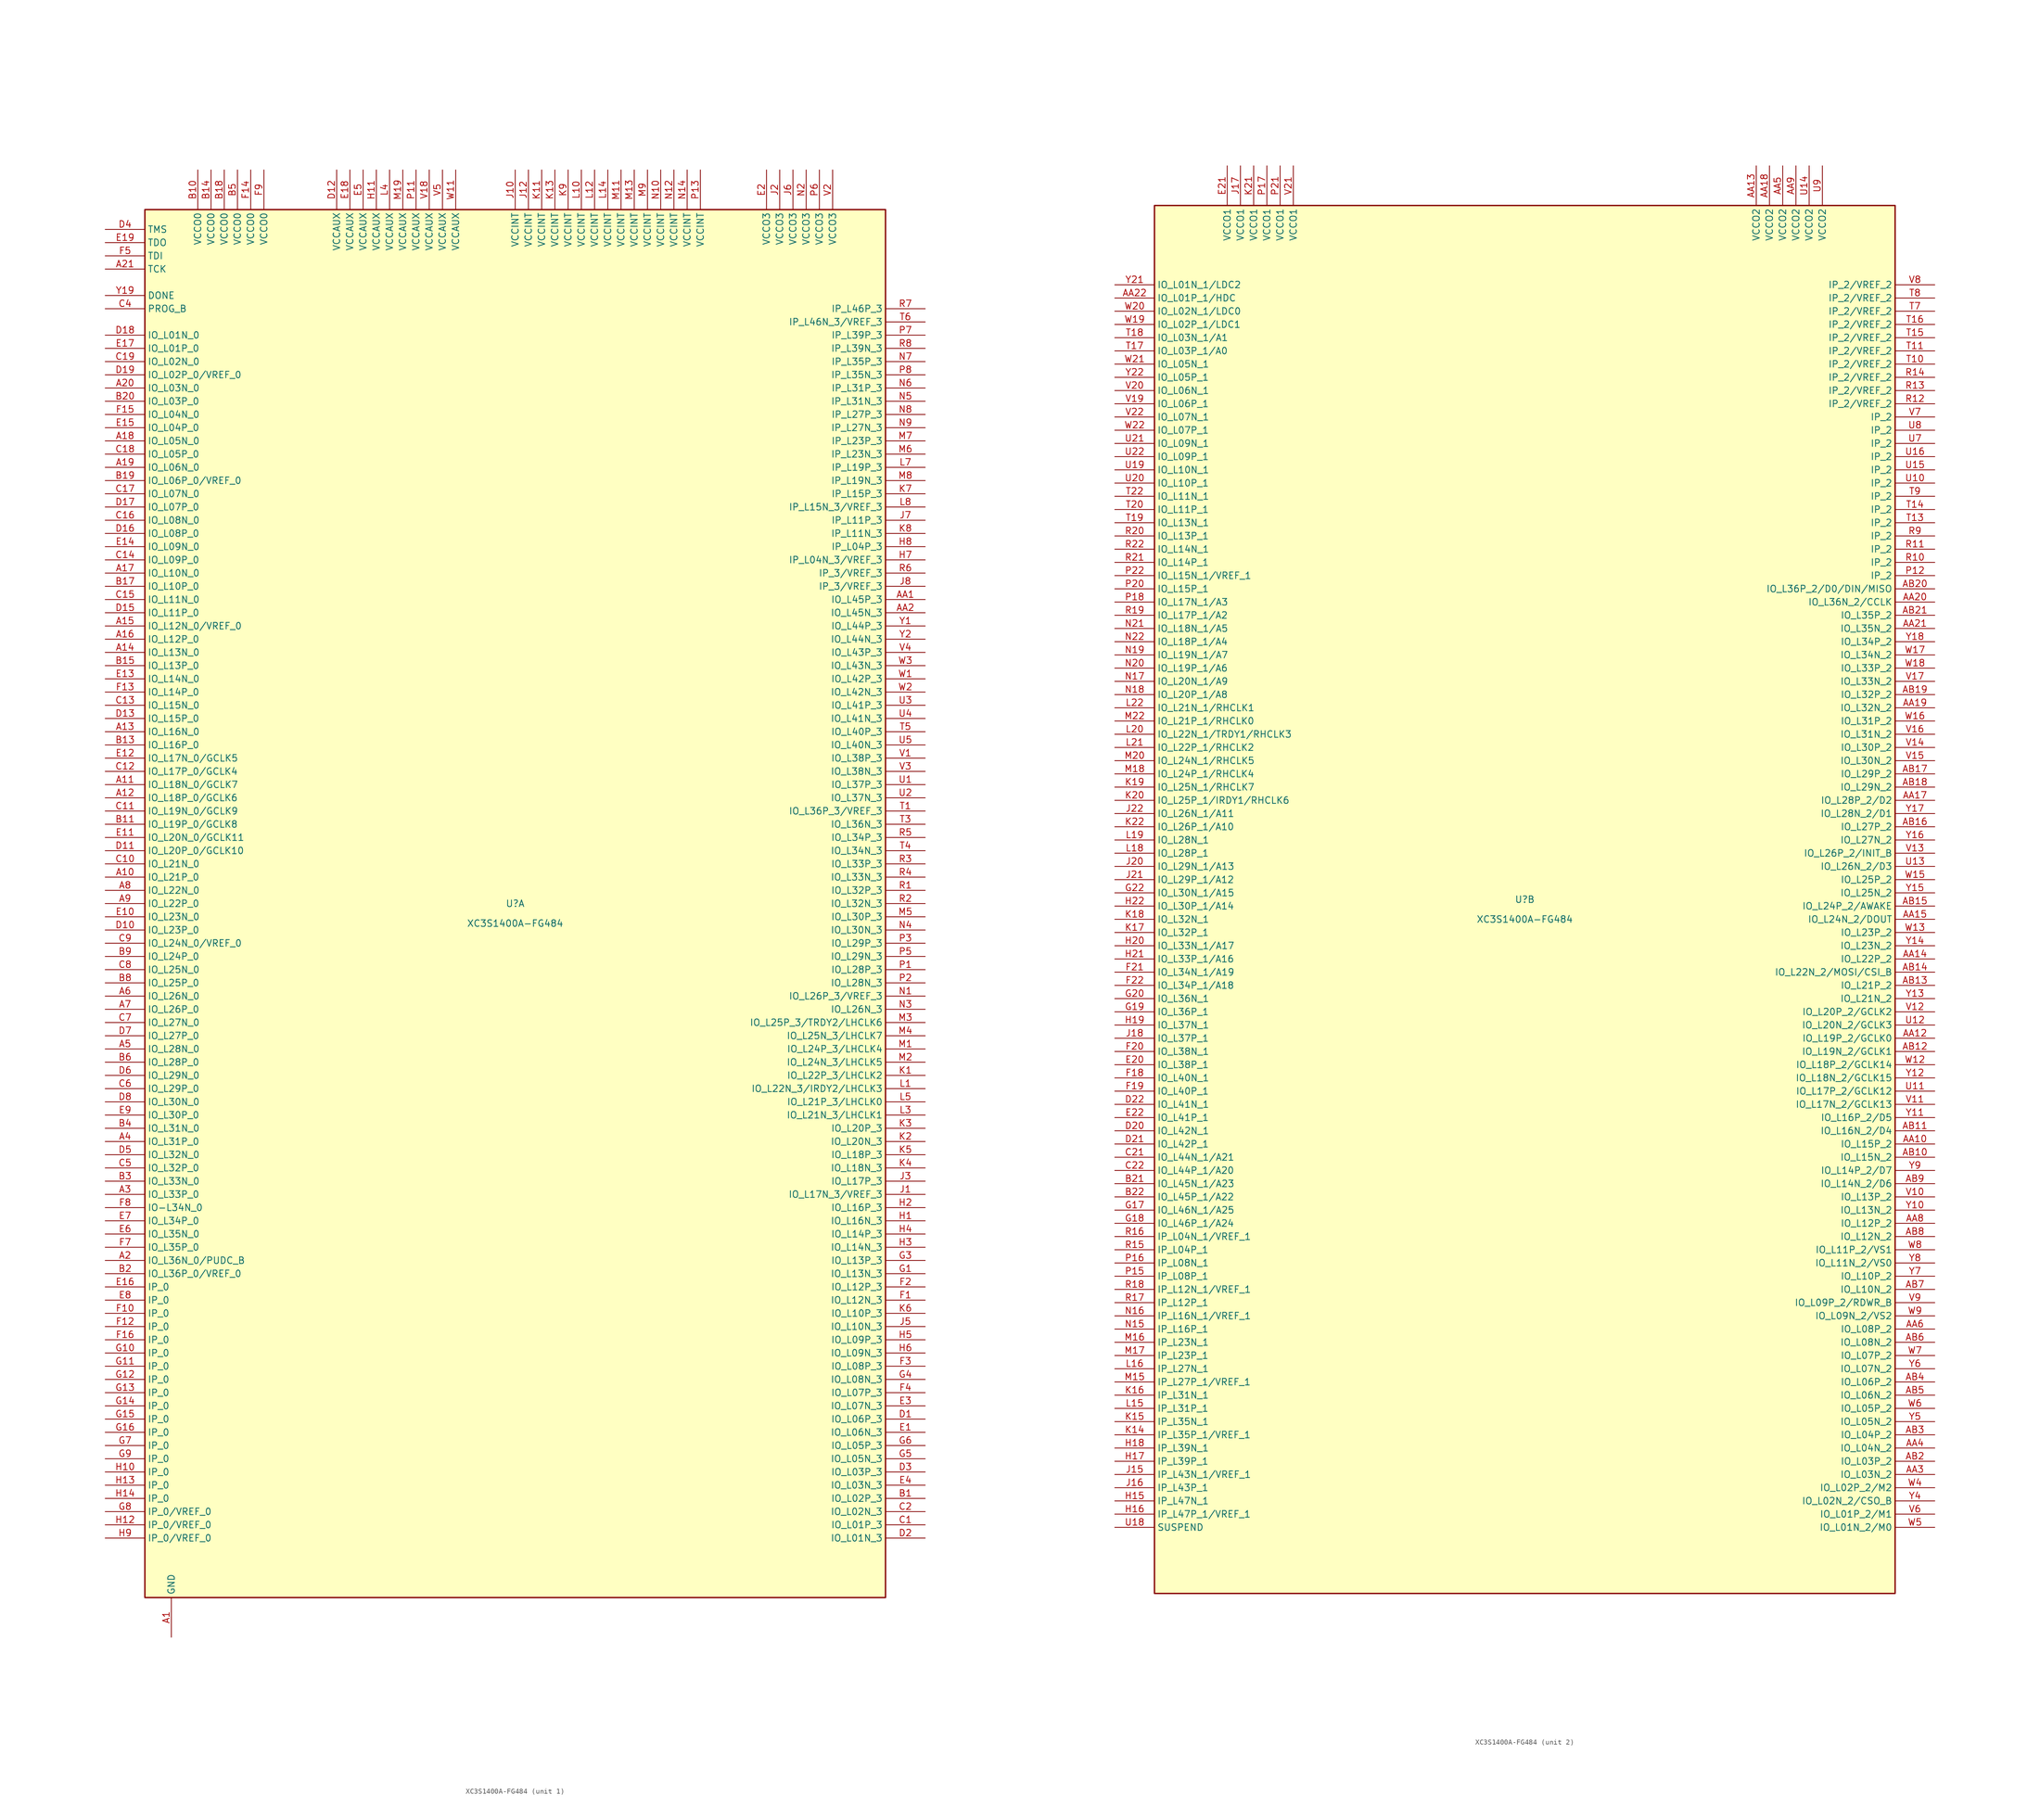
<source format=kicad_sym>
(kicad_symbol_lib
  (version 20241209)
  (generator "kicad_symbol_editor")
  (generator_version "9.0")
  (symbol "XC3S1400A-FG484"
    (property "Reference" "U"
      (at 0 0 0)
      (effects (font (size 1.27 1.27))))
    (property "Value" "XC3S1400A-FG484"
      (at 0 -3.81 0)
      (effects (font (size 1.27 1.27))))
    (property "ki_locked" ""
      (at 0 0 0)
      (effects (font (size 1.27 1.27))))
    (symbol "XC3S1400A-FG484_0_1"
      (rectangle (start -71.12 133.35) (end 71.12 -133.35) (stroke (width 0.254) (type default)) (fill (type background))))
    (symbol "XC3S1400A-FG484_1_1"
      (pin input line (at -78.74 129.54 0) (length 7.62) (name "TMS" (effects (font (size 1.27 1.27)))) (number "D4" (effects (font (size 1.27 1.27)))))
      (pin output line (at -78.74 127 0) (length 7.62) (name "TDO" (effects (font (size 1.27 1.27)))) (number "E19" (effects (font (size 1.27 1.27)))))
      (pin input line (at -78.74 124.46 0) (length 7.62) (name "TDI" (effects (font (size 1.27 1.27)))) (number "F5" (effects (font (size 1.27 1.27)))))
      (pin input line (at -78.74 121.92 0) (length 7.62) (name "TCK" (effects (font (size 1.27 1.27)))) (number "A21" (effects (font (size 1.27 1.27)))))
      (pin bidirectional line (at -78.74 116.84 0) (length 7.62) (name "DONE" (effects (font (size 1.27 1.27)))) (number "Y19" (effects (font (size 1.27 1.27)))))
      (pin bidirectional line (at -78.74 114.3 0) (length 7.62) (name "PROG_B" (effects (font (size 1.27 1.27)))) (number "C4" (effects (font (size 1.27 1.27)))))
      (pin bidirectional line (at -78.74 109.22 0) (length 7.62) (name "IO_L01N_0" (effects (font (size 1.27 1.27)))) (number "D18" (effects (font (size 1.27 1.27)))))
      (pin bidirectional line (at -78.74 106.68 0) (length 7.62) (name "IO_L01P_0" (effects (font (size 1.27 1.27)))) (number "E17" (effects (font (size 1.27 1.27)))))
      (pin bidirectional line (at -78.74 104.14 0) (length 7.62) (name "IO_L02N_0" (effects (font (size 1.27 1.27)))) (number "C19" (effects (font (size 1.27 1.27)))))
      (pin bidirectional line (at -78.74 101.6 0) (length 7.62) (name "IO_L02P_0/VREF_0" (effects (font (size 1.27 1.27)))) (number "D19" (effects (font (size 1.27 1.27)))))
      (pin bidirectional line (at -78.74 99.06 0) (length 7.62) (name "IO_L03N_0" (effects (font (size 1.27 1.27)))) (number "A20" (effects (font (size 1.27 1.27)))))
      (pin bidirectional line (at -78.74 96.52 0) (length 7.62) (name "IO_L03P_0" (effects (font (size 1.27 1.27)))) (number "B20" (effects (font (size 1.27 1.27)))))
      (pin bidirectional line (at -78.74 93.98 0) (length 7.62) (name "IO_L04N_0" (effects (font (size 1.27 1.27)))) (number "F15" (effects (font (size 1.27 1.27)))))
      (pin bidirectional line (at -78.74 91.44 0) (length 7.62) (name "IO_L04P_0" (effects (font (size 1.27 1.27)))) (number "E15" (effects (font (size 1.27 1.27)))))
      (pin bidirectional line (at -78.74 88.9 0) (length 7.62) (name "IO_L05N_0" (effects (font (size 1.27 1.27)))) (number "A18" (effects (font (size 1.27 1.27)))))
      (pin bidirectional line (at -78.74 86.36 0) (length 7.62) (name "IO_L05P_0" (effects (font (size 1.27 1.27)))) (number "C18" (effects (font (size 1.27 1.27)))))
      (pin bidirectional line (at -78.74 83.82 0) (length 7.62) (name "IO_L06N_0" (effects (font (size 1.27 1.27)))) (number "A19" (effects (font (size 1.27 1.27)))))
      (pin bidirectional line (at -78.74 81.28 0) (length 7.62) (name "IO_L06P_0/VREF_0" (effects (font (size 1.27 1.27)))) (number "B19" (effects (font (size 1.27 1.27)))))
      (pin bidirectional line (at -78.74 78.74 0) (length 7.62) (name "IO_L07N_0" (effects (font (size 1.27 1.27)))) (number "C17" (effects (font (size 1.27 1.27)))))
      (pin bidirectional line (at -78.74 76.2 0) (length 7.62) (name "IO_L07P_0" (effects (font (size 1.27 1.27)))) (number "D17" (effects (font (size 1.27 1.27)))))
      (pin bidirectional line (at -78.74 73.66 0) (length 7.62) (name "IO_L08N_0" (effects (font (size 1.27 1.27)))) (number "C16" (effects (font (size 1.27 1.27)))))
      (pin bidirectional line (at -78.74 71.12 0) (length 7.62) (name "IO_L08P_0" (effects (font (size 1.27 1.27)))) (number "D16" (effects (font (size 1.27 1.27)))))
      (pin bidirectional line (at -78.74 68.58 0) (length 7.62) (name "IO_L09N_0" (effects (font (size 1.27 1.27)))) (number "E14" (effects (font (size 1.27 1.27)))))
      (pin bidirectional line (at -78.74 66.04 0) (length 7.62) (name "IO_L09P_0" (effects (font (size 1.27 1.27)))) (number "C14" (effects (font (size 1.27 1.27)))))
      (pin bidirectional line (at -78.74 63.5 0) (length 7.62) (name "IO_L10N_0" (effects (font (size 1.27 1.27)))) (number "A17" (effects (font (size 1.27 1.27)))))
      (pin bidirectional line (at -78.74 60.96 0) (length 7.62) (name "IO_L10P_0" (effects (font (size 1.27 1.27)))) (number "B17" (effects (font (size 1.27 1.27)))))
      (pin bidirectional line (at -78.74 58.42 0) (length 7.62) (name "IO_L11N_0" (effects (font (size 1.27 1.27)))) (number "C15" (effects (font (size 1.27 1.27)))))
      (pin bidirectional line (at -78.74 55.88 0) (length 7.62) (name "IO_L11P_0" (effects (font (size 1.27 1.27)))) (number "D15" (effects (font (size 1.27 1.27)))))
      (pin bidirectional line (at -78.74 53.34 0) (length 7.62) (name "IO_L12N_0/VREF_0" (effects (font (size 1.27 1.27)))) (number "A15" (effects (font (size 1.27 1.27)))))
      (pin bidirectional line (at -78.74 50.8 0) (length 7.62) (name "IO_L12P_0" (effects (font (size 1.27 1.27)))) (number "A16" (effects (font (size 1.27 1.27)))))
      (pin bidirectional line (at -78.74 48.26 0) (length 7.62) (name "IO_L13N_0" (effects (font (size 1.27 1.27)))) (number "A14" (effects (font (size 1.27 1.27)))))
      (pin bidirectional line (at -78.74 45.72 0) (length 7.62) (name "IO_L13P_0" (effects (font (size 1.27 1.27)))) (number "B15" (effects (font (size 1.27 1.27)))))
      (pin bidirectional line (at -78.74 43.18 0) (length 7.62) (name "IO_L14N_0" (effects (font (size 1.27 1.27)))) (number "E13" (effects (font (size 1.27 1.27)))))
      (pin bidirectional line (at -78.74 40.64 0) (length 7.62) (name "IO_L14P_0" (effects (font (size 1.27 1.27)))) (number "F13" (effects (font (size 1.27 1.27)))))
      (pin bidirectional line (at -78.74 38.1 0) (length 7.62) (name "IO_L15N_0" (effects (font (size 1.27 1.27)))) (number "C13" (effects (font (size 1.27 1.27)))))
      (pin bidirectional line (at -78.74 35.56 0) (length 7.62) (name "IO_L15P_0" (effects (font (size 1.27 1.27)))) (number "D13" (effects (font (size 1.27 1.27)))))
      (pin bidirectional line (at -78.74 33.02 0) (length 7.62) (name "IO_L16N_0" (effects (font (size 1.27 1.27)))) (number "A13" (effects (font (size 1.27 1.27)))))
      (pin bidirectional line (at -78.74 30.48 0) (length 7.62) (name "IO_L16P_0" (effects (font (size 1.27 1.27)))) (number "B13" (effects (font (size 1.27 1.27)))))
      (pin bidirectional line (at -78.74 27.94 0) (length 7.62) (name "IO_L17N_0/GCLK5" (effects (font (size 1.27 1.27)))) (number "E12" (effects (font (size 1.27 1.27)))))
      (pin bidirectional line (at -78.74 25.4 0) (length 7.62) (name "IO_L17P_0/GCLK4" (effects (font (size 1.27 1.27)))) (number "C12" (effects (font (size 1.27 1.27)))))
      (pin bidirectional line (at -78.74 22.86 0) (length 7.62) (name "IO_L18N_0/GCLK7" (effects (font (size 1.27 1.27)))) (number "A11" (effects (font (size 1.27 1.27)))))
      (pin bidirectional line (at -78.74 20.32 0) (length 7.62) (name "IO_L18P_0/GCLK6" (effects (font (size 1.27 1.27)))) (number "A12" (effects (font (size 1.27 1.27)))))
      (pin bidirectional line (at -78.74 17.78 0) (length 7.62) (name "IO_L19N_0/GCLK9" (effects (font (size 1.27 1.27)))) (number "C11" (effects (font (size 1.27 1.27)))))
      (pin bidirectional line (at -78.74 15.24 0) (length 7.62) (name "IO_L19P_0/GCLK8" (effects (font (size 1.27 1.27)))) (number "B11" (effects (font (size 1.27 1.27)))))
      (pin bidirectional line (at -78.74 12.7 0) (length 7.62) (name "IO_L20N_0/GCLK11" (effects (font (size 1.27 1.27)))) (number "E11" (effects (font (size 1.27 1.27)))))
      (pin bidirectional line (at -78.74 10.16 0) (length 7.62) (name "IO_L20P_0/GCLK10" (effects (font (size 1.27 1.27)))) (number "D11" (effects (font (size 1.27 1.27)))))
      (pin bidirectional line (at -78.74 7.62 0) (length 7.62) (name "IO_L21N_0" (effects (font (size 1.27 1.27)))) (number "C10" (effects (font (size 1.27 1.27)))))
      (pin bidirectional line (at -78.74 5.08 0) (length 7.62) (name "IO_L21P_0" (effects (font (size 1.27 1.27)))) (number "A10" (effects (font (size 1.27 1.27)))))
      (pin bidirectional line (at -78.74 2.54 0) (length 7.62) (name "IO_L22N_0" (effects (font (size 1.27 1.27)))) (number "A8" (effects (font (size 1.27 1.27)))))
      (pin bidirectional line (at -78.74 0 0) (length 7.62) (name "IO_L22P_0" (effects (font (size 1.27 1.27)))) (number "A9" (effects (font (size 1.27 1.27)))))
      (pin bidirectional line (at -78.74 -2.54 0) (length 7.62) (name "IO_L23N_0" (effects (font (size 1.27 1.27)))) (number "E10" (effects (font (size 1.27 1.27)))))
      (pin bidirectional line (at -78.74 -5.08 0) (length 7.62) (name "IO_L23P_0" (effects (font (size 1.27 1.27)))) (number "D10" (effects (font (size 1.27 1.27)))))
      (pin bidirectional line (at -78.74 -7.62 0) (length 7.62) (name "IO_L24N_0/VREF_0" (effects (font (size 1.27 1.27)))) (number "C9" (effects (font (size 1.27 1.27)))))
      (pin bidirectional line (at -78.74 -10.16 0) (length 7.62) (name "IO_L24P_0" (effects (font (size 1.27 1.27)))) (number "B9" (effects (font (size 1.27 1.27)))))
      (pin bidirectional line (at -78.74 -12.7 0) (length 7.62) (name "IO_L25N_0" (effects (font (size 1.27 1.27)))) (number "C8" (effects (font (size 1.27 1.27)))))
      (pin bidirectional line (at -78.74 -15.24 0) (length 7.62) (name "IO_L25P_0" (effects (font (size 1.27 1.27)))) (number "B8" (effects (font (size 1.27 1.27)))))
      (pin bidirectional line (at -78.74 -17.78 0) (length 7.62) (name "IO_L26N_0" (effects (font (size 1.27 1.27)))) (number "A6" (effects (font (size 1.27 1.27)))))
      (pin bidirectional line (at -78.74 -20.32 0) (length 7.62) (name "IO_L26P_0" (effects (font (size 1.27 1.27)))) (number "A7" (effects (font (size 1.27 1.27)))))
      (pin bidirectional line (at -78.74 -22.86 0) (length 7.62) (name "IO_L27N_0" (effects (font (size 1.27 1.27)))) (number "C7" (effects (font (size 1.27 1.27)))))
      (pin bidirectional line (at -78.74 -25.4 0) (length 7.62) (name "IO_L27P_0" (effects (font (size 1.27 1.27)))) (number "D7" (effects (font (size 1.27 1.27)))))
      (pin bidirectional line (at -78.74 -27.94 0) (length 7.62) (name "IO_L28N_0" (effects (font (size 1.27 1.27)))) (number "A5" (effects (font (size 1.27 1.27)))))
      (pin bidirectional line (at -78.74 -30.48 0) (length 7.62) (name "IO_L28P_0" (effects (font (size 1.27 1.27)))) (number "B6" (effects (font (size 1.27 1.27)))))
      (pin bidirectional line (at -78.74 -33.02 0) (length 7.62) (name "IO_L29N_0" (effects (font (size 1.27 1.27)))) (number "D6" (effects (font (size 1.27 1.27)))))
      (pin bidirectional line (at -78.74 -35.56 0) (length 7.62) (name "IO_L29P_0" (effects (font (size 1.27 1.27)))) (number "C6" (effects (font (size 1.27 1.27)))))
      (pin bidirectional line (at -78.74 -38.1 0) (length 7.62) (name "IO_L30N_0" (effects (font (size 1.27 1.27)))) (number "D8" (effects (font (size 1.27 1.27)))))
      (pin bidirectional line (at -78.74 -40.64 0) (length 7.62) (name "IO_L30P_0" (effects (font (size 1.27 1.27)))) (number "E9" (effects (font (size 1.27 1.27)))))
      (pin bidirectional line (at -78.74 -43.18 0) (length 7.62) (name "IO_L31N_0" (effects (font (size 1.27 1.27)))) (number "B4" (effects (font (size 1.27 1.27)))))
      (pin bidirectional line (at -78.74 -45.72 0) (length 7.62) (name "IO_L31P_0" (effects (font (size 1.27 1.27)))) (number "A4" (effects (font (size 1.27 1.27)))))
      (pin bidirectional line (at -78.74 -48.26 0) (length 7.62) (name "IO_L32N_0" (effects (font (size 1.27 1.27)))) (number "D5" (effects (font (size 1.27 1.27)))))
      (pin bidirectional line (at -78.74 -50.8 0) (length 7.62) (name "IO_L32P_0" (effects (font (size 1.27 1.27)))) (number "C5" (effects (font (size 1.27 1.27)))))
      (pin bidirectional line (at -78.74 -53.34 0) (length 7.62) (name "IO_L33N_0" (effects (font (size 1.27 1.27)))) (number "B3" (effects (font (size 1.27 1.27)))))
      (pin bidirectional line (at -78.74 -55.88 0) (length 7.62) (name "IO_L33P_0" (effects (font (size 1.27 1.27)))) (number "A3" (effects (font (size 1.27 1.27)))))
      (pin bidirectional line (at -78.74 -58.42 0) (length 7.62) (name "IO-L34N_0" (effects (font (size 1.27 1.27)))) (number "F8" (effects (font (size 1.27 1.27)))))
      (pin bidirectional line (at -78.74 -60.96 0) (length 7.62) (name "IO_L34P_0" (effects (font (size 1.27 1.27)))) (number "E7" (effects (font (size 1.27 1.27)))))
      (pin bidirectional line (at -78.74 -63.5 0) (length 7.62) (name "IO_L35N_0" (effects (font (size 1.27 1.27)))) (number "E6" (effects (font (size 1.27 1.27)))))
      (pin bidirectional line (at -78.74 -66.04 0) (length 7.62) (name "IO_L35P_0" (effects (font (size 1.27 1.27)))) (number "F7" (effects (font (size 1.27 1.27)))))
      (pin bidirectional line (at -78.74 -68.58 0) (length 7.62) (name "IO_L36N_0/PUDC_B" (effects (font (size 1.27 1.27)))) (number "A2" (effects (font (size 1.27 1.27)))))
      (pin bidirectional line (at -78.74 -71.12 0) (length 7.62) (name "IO_L36P_0/VREF_0" (effects (font (size 1.27 1.27)))) (number "B2" (effects (font (size 1.27 1.27)))))
      (pin input line (at -78.74 -73.66 0) (length 7.62) (name "IP_0" (effects (font (size 1.27 1.27)))) (number "E16" (effects (font (size 1.27 1.27)))))
      (pin input line (at -78.74 -76.2 0) (length 7.62) (name "IP_0" (effects (font (size 1.27 1.27)))) (number "E8" (effects (font (size 1.27 1.27)))))
      (pin input line (at -78.74 -78.74 0) (length 7.62) (name "IP_0" (effects (font (size 1.27 1.27)))) (number "F10" (effects (font (size 1.27 1.27)))))
      (pin input line (at -78.74 -81.28 0) (length 7.62) (name "IP_0" (effects (font (size 1.27 1.27)))) (number "F12" (effects (font (size 1.27 1.27)))))
      (pin input line (at -78.74 -83.82 0) (length 7.62) (name "IP_0" (effects (font (size 1.27 1.27)))) (number "F16" (effects (font (size 1.27 1.27)))))
      (pin input line (at -78.74 -86.36 0) (length 7.62) (name "IP_0" (effects (font (size 1.27 1.27)))) (number "G10" (effects (font (size 1.27 1.27)))))
      (pin input line (at -78.74 -88.9 0) (length 7.62) (name "IP_0" (effects (font (size 1.27 1.27)))) (number "G11" (effects (font (size 1.27 1.27)))))
      (pin input line (at -78.74 -91.44 0) (length 7.62) (name "IP_0" (effects (font (size 1.27 1.27)))) (number "G12" (effects (font (size 1.27 1.27)))))
      (pin input line (at -78.74 -93.98 0) (length 7.62) (name "IP_0" (effects (font (size 1.27 1.27)))) (number "G13" (effects (font (size 1.27 1.27)))))
      (pin input line (at -78.74 -96.52 0) (length 7.62) (name "IP_0" (effects (font (size 1.27 1.27)))) (number "G14" (effects (font (size 1.27 1.27)))))
      (pin input line (at -78.74 -99.06 0) (length 7.62) (name "IP_0" (effects (font (size 1.27 1.27)))) (number "G15" (effects (font (size 1.27 1.27)))))
      (pin input line (at -78.74 -101.6 0) (length 7.62) (name "IP_0" (effects (font (size 1.27 1.27)))) (number "G16" (effects (font (size 1.27 1.27)))))
      (pin input line (at -78.74 -104.14 0) (length 7.62) (name "IP_0" (effects (font (size 1.27 1.27)))) (number "G7" (effects (font (size 1.27 1.27)))))
      (pin input line (at -78.74 -106.68 0) (length 7.62) (name "IP_0" (effects (font (size 1.27 1.27)))) (number "G9" (effects (font (size 1.27 1.27)))))
      (pin input line (at -78.74 -109.22 0) (length 7.62) (name "IP_0" (effects (font (size 1.27 1.27)))) (number "H10" (effects (font (size 1.27 1.27)))))
      (pin input line (at -78.74 -111.76 0) (length 7.62) (name "IP_0" (effects (font (size 1.27 1.27)))) (number "H13" (effects (font (size 1.27 1.27)))))
      (pin input line (at -78.74 -114.3 0) (length 7.62) (name "IP_0" (effects (font (size 1.27 1.27)))) (number "H14" (effects (font (size 1.27 1.27)))))
      (pin input line (at -78.74 -116.84 0) (length 7.62) (name "IP_0/VREF_0" (effects (font (size 1.27 1.27)))) (number "G8" (effects (font (size 1.27 1.27)))))
      (pin input line (at -78.74 -119.38 0) (length 7.62) (name "IP_0/VREF_0" (effects (font (size 1.27 1.27)))) (number "H12" (effects (font (size 1.27 1.27)))))
      (pin input line (at -78.74 -121.92 0) (length 7.62) (name "IP_0/VREF_0" (effects (font (size 1.27 1.27)))) (number "H9" (effects (font (size 1.27 1.27)))))
      (pin power_in line (at -66.04 -140.97 90) (length 7.62) (name "GND" (effects (font (size 1.27 1.27)))) (number "A1" (effects (font (size 1.27 1.27)))))
      (pin passive line (at -66.04 -140.97 90) (length 7.62) (hide yes) (name "GND" (effects (font (size 1.27 1.27)))) (number "A22" (effects (font (size 1.27 1.27)))))
      (pin passive line (at -66.04 -140.97 90) (length 7.62) (hide yes) (name "GND" (effects (font (size 1.27 1.27)))) (number "AA11" (effects (font (size 1.27 1.27)))))
      (pin passive line (at -66.04 -140.97 90) (length 7.62) (hide yes) (name "GND" (effects (font (size 1.27 1.27)))) (number "AA16" (effects (font (size 1.27 1.27)))))
      (pin passive line (at -66.04 -140.97 90) (length 7.62) (hide yes) (name "GND" (effects (font (size 1.27 1.27)))) (number "AA7" (effects (font (size 1.27 1.27)))))
      (pin passive line (at -66.04 -140.97 90) (length 7.62) (hide yes) (name "GND" (effects (font (size 1.27 1.27)))) (number "AB1" (effects (font (size 1.27 1.27)))))
      (pin passive line (at -66.04 -140.97 90) (length 7.62) (hide yes) (name "GND" (effects (font (size 1.27 1.27)))) (number "AB22" (effects (font (size 1.27 1.27)))))
      (pin passive line (at -66.04 -140.97 90) (length 7.62) (hide yes) (name "GND" (effects (font (size 1.27 1.27)))) (number "B12" (effects (font (size 1.27 1.27)))))
      (pin passive line (at -66.04 -140.97 90) (length 7.62) (hide yes) (name "GND" (effects (font (size 1.27 1.27)))) (number "B16" (effects (font (size 1.27 1.27)))))
      (pin passive line (at -66.04 -140.97 90) (length 7.62) (hide yes) (name "GND" (effects (font (size 1.27 1.27)))) (number "B7" (effects (font (size 1.27 1.27)))))
      (pin passive line (at -66.04 -140.97 90) (length 7.62) (hide yes) (name "GND" (effects (font (size 1.27 1.27)))) (number "C20" (effects (font (size 1.27 1.27)))))
      (pin passive line (at -66.04 -140.97 90) (length 7.62) (hide yes) (name "GND" (effects (font (size 1.27 1.27)))) (number "C3" (effects (font (size 1.27 1.27)))))
      (pin passive line (at -66.04 -140.97 90) (length 7.62) (hide yes) (name "GND" (effects (font (size 1.27 1.27)))) (number "D14" (effects (font (size 1.27 1.27)))))
      (pin passive line (at -66.04 -140.97 90) (length 7.62) (hide yes) (name "GND" (effects (font (size 1.27 1.27)))) (number "D9" (effects (font (size 1.27 1.27)))))
      (pin passive line (at -66.04 -140.97 90) (length 7.62) (hide yes) (name "GND" (effects (font (size 1.27 1.27)))) (number "F11" (effects (font (size 1.27 1.27)))))
      (pin passive line (at -66.04 -140.97 90) (length 7.62) (hide yes) (name "GND" (effects (font (size 1.27 1.27)))) (number "F17" (effects (font (size 1.27 1.27)))))
      (pin passive line (at -66.04 -140.97 90) (length 7.62) (hide yes) (name "GND" (effects (font (size 1.27 1.27)))) (number "F6" (effects (font (size 1.27 1.27)))))
      (pin passive line (at -66.04 -140.97 90) (length 7.62) (hide yes) (name "GND" (effects (font (size 1.27 1.27)))) (number "G2" (effects (font (size 1.27 1.27)))))
      (pin passive line (at -66.04 -140.97 90) (length 7.62) (hide yes) (name "GND" (effects (font (size 1.27 1.27)))) (number "G21" (effects (font (size 1.27 1.27)))))
      (pin passive line (at -66.04 -140.97 90) (length 7.62) (hide yes) (name "GND" (effects (font (size 1.27 1.27)))) (number "J11" (effects (font (size 1.27 1.27)))))
      (pin passive line (at -66.04 -140.97 90) (length 7.62) (hide yes) (name "GND" (effects (font (size 1.27 1.27)))) (number "J13" (effects (font (size 1.27 1.27)))))
      (pin passive line (at -66.04 -140.97 90) (length 7.62) (hide yes) (name "GND" (effects (font (size 1.27 1.27)))) (number "J14" (effects (font (size 1.27 1.27)))))
      (pin passive line (at -66.04 -140.97 90) (length 7.62) (hide yes) (name "GND" (effects (font (size 1.27 1.27)))) (number "J19" (effects (font (size 1.27 1.27)))))
      (pin passive line (at -66.04 -140.97 90) (length 7.62) (hide yes) (name "GND" (effects (font (size 1.27 1.27)))) (number "J4" (effects (font (size 1.27 1.27)))))
      (pin passive line (at -66.04 -140.97 90) (length 7.62) (hide yes) (name "GND" (effects (font (size 1.27 1.27)))) (number "J9" (effects (font (size 1.27 1.27)))))
      (pin passive line (at -66.04 -140.97 90) (length 7.62) (hide yes) (name "GND" (effects (font (size 1.27 1.27)))) (number "K10" (effects (font (size 1.27 1.27)))))
      (pin passive line (at -66.04 -140.97 90) (length 7.62) (hide yes) (name "GND" (effects (font (size 1.27 1.27)))) (number "K12" (effects (font (size 1.27 1.27)))))
      (pin passive line (at -66.04 -140.97 90) (length 7.62) (hide yes) (name "GND" (effects (font (size 1.27 1.27)))) (number "L11" (effects (font (size 1.27 1.27)))))
      (pin passive line (at -66.04 -140.97 90) (length 7.62) (hide yes) (name "GND" (effects (font (size 1.27 1.27)))) (number "L13" (effects (font (size 1.27 1.27)))))
      (pin passive line (at -66.04 -140.97 90) (length 7.62) (hide yes) (name "GND" (effects (font (size 1.27 1.27)))) (number "L17" (effects (font (size 1.27 1.27)))))
      (pin passive line (at -66.04 -140.97 90) (length 7.62) (hide yes) (name "GND" (effects (font (size 1.27 1.27)))) (number "L2" (effects (font (size 1.27 1.27)))))
      (pin passive line (at -66.04 -140.97 90) (length 7.62) (hide yes) (name "GND" (effects (font (size 1.27 1.27)))) (number "L6" (effects (font (size 1.27 1.27)))))
      (pin passive line (at -66.04 -140.97 90) (length 7.62) (hide yes) (name "GND" (effects (font (size 1.27 1.27)))) (number "L9" (effects (font (size 1.27 1.27)))))
      (pin passive line (at -66.04 -140.97 90) (length 7.62) (hide yes) (name "GND" (effects (font (size 1.27 1.27)))) (number "M10" (effects (font (size 1.27 1.27)))))
      (pin passive line (at -66.04 -140.97 90) (length 7.62) (hide yes) (name "GND" (effects (font (size 1.27 1.27)))) (number "M12" (effects (font (size 1.27 1.27)))))
      (pin passive line (at -66.04 -140.97 90) (length 7.62) (hide yes) (name "GND" (effects (font (size 1.27 1.27)))) (number "M14" (effects (font (size 1.27 1.27)))))
      (pin passive line (at -66.04 -140.97 90) (length 7.62) (hide yes) (name "GND" (effects (font (size 1.27 1.27)))) (number "M21" (effects (font (size 1.27 1.27)))))
      (pin passive line (at -66.04 -140.97 90) (length 7.62) (hide yes) (name "GND" (effects (font (size 1.27 1.27)))) (number "N11" (effects (font (size 1.27 1.27)))))
      (pin passive line (at -66.04 -140.97 90) (length 7.62) (hide yes) (name "GND" (effects (font (size 1.27 1.27)))) (number "N13" (effects (font (size 1.27 1.27)))))
      (pin passive line (at -66.04 -140.97 90) (length 7.62) (hide yes) (name "GND" (effects (font (size 1.27 1.27)))) (number "P10" (effects (font (size 1.27 1.27)))))
      (pin passive line (at -66.04 -140.97 90) (length 7.62) (hide yes) (name "GND" (effects (font (size 1.27 1.27)))) (number "P14" (effects (font (size 1.27 1.27)))))
      (pin passive line (at -66.04 -140.97 90) (length 7.62) (hide yes) (name "GND" (effects (font (size 1.27 1.27)))) (number "P19" (effects (font (size 1.27 1.27)))))
      (pin passive line (at -66.04 -140.97 90) (length 7.62) (hide yes) (name "GND" (effects (font (size 1.27 1.27)))) (number "P4" (effects (font (size 1.27 1.27)))))
      (pin passive line (at -66.04 -140.97 90) (length 7.62) (hide yes) (name "GND" (effects (font (size 1.27 1.27)))) (number "P9" (effects (font (size 1.27 1.27)))))
      (pin passive line (at -66.04 -140.97 90) (length 7.62) (hide yes) (name "GND" (effects (font (size 1.27 1.27)))) (number "T12" (effects (font (size 1.27 1.27)))))
      (pin passive line (at -66.04 -140.97 90) (length 7.62) (hide yes) (name "GND" (effects (font (size 1.27 1.27)))) (number "T2" (effects (font (size 1.27 1.27)))))
      (pin passive line (at -66.04 -140.97 90) (length 7.62) (hide yes) (name "GND" (effects (font (size 1.27 1.27)))) (number "T21" (effects (font (size 1.27 1.27)))))
      (pin passive line (at -66.04 -140.97 90) (length 7.62) (hide yes) (name "GND" (effects (font (size 1.27 1.27)))) (number "U17" (effects (font (size 1.27 1.27)))))
      (pin passive line (at -66.04 -140.97 90) (length 7.62) (hide yes) (name "GND" (effects (font (size 1.27 1.27)))) (number "U6" (effects (font (size 1.27 1.27)))))
      (pin passive line (at -66.04 -140.97 90) (length 7.62) (hide yes) (name "GND" (effects (font (size 1.27 1.27)))) (number "W10" (effects (font (size 1.27 1.27)))))
      (pin passive line (at -66.04 -140.97 90) (length 7.62) (hide yes) (name "GND" (effects (font (size 1.27 1.27)))) (number "W14" (effects (font (size 1.27 1.27)))))
      (pin passive line (at -66.04 -140.97 90) (length 7.62) (hide yes) (name "GND" (effects (font (size 1.27 1.27)))) (number "Y20" (effects (font (size 1.27 1.27)))))
      (pin passive line (at -66.04 -140.97 90) (length 7.62) (hide yes) (name "GND" (effects (font (size 1.27 1.27)))) (number "Y3" (effects (font (size 1.27 1.27)))))
      (pin power_in line (at -60.96 140.97 270) (length 7.62) (name "VCCO0" (effects (font (size 1.27 1.27)))) (number "B10" (effects (font (size 1.27 1.27)))))
      (pin power_in line (at -58.42 140.97 270) (length 7.62) (name "VCCO0" (effects (font (size 1.27 1.27)))) (number "B14" (effects (font (size 1.27 1.27)))))
      (pin power_in line (at -55.88 140.97 270) (length 7.62) (name "VCCO0" (effects (font (size 1.27 1.27)))) (number "B18" (effects (font (size 1.27 1.27)))))
      (pin power_in line (at -53.34 140.97 270) (length 7.62) (name "VCCO0" (effects (font (size 1.27 1.27)))) (number "B5" (effects (font (size 1.27 1.27)))))
      (pin power_in line (at -50.8 140.97 270) (length 7.62) (name "VCCO0" (effects (font (size 1.27 1.27)))) (number "F14" (effects (font (size 1.27 1.27)))))
      (pin power_in line (at -48.26 140.97 270) (length 7.62) (name "VCCO0" (effects (font (size 1.27 1.27)))) (number "F9" (effects (font (size 1.27 1.27)))))
      (pin power_in line (at -34.29 140.97 270) (length 7.62) (name "VCCAUX" (effects (font (size 1.27 1.27)))) (number "D12" (effects (font (size 1.27 1.27)))))
      (pin power_in line (at -31.75 140.97 270) (length 7.62) (name "VCCAUX" (effects (font (size 1.27 1.27)))) (number "E18" (effects (font (size 1.27 1.27)))))
      (pin power_in line (at -29.21 140.97 270) (length 7.62) (name "VCCAUX" (effects (font (size 1.27 1.27)))) (number "E5" (effects (font (size 1.27 1.27)))))
      (pin power_in line (at -26.67 140.97 270) (length 7.62) (name "VCCAUX" (effects (font (size 1.27 1.27)))) (number "H11" (effects (font (size 1.27 1.27)))))
      (pin power_in line (at -24.13 140.97 270) (length 7.62) (name "VCCAUX" (effects (font (size 1.27 1.27)))) (number "L4" (effects (font (size 1.27 1.27)))))
      (pin power_in line (at -21.59 140.97 270) (length 7.62) (name "VCCAUX" (effects (font (size 1.27 1.27)))) (number "M19" (effects (font (size 1.27 1.27)))))
      (pin power_in line (at -19.05 140.97 270) (length 7.62) (name "VCCAUX" (effects (font (size 1.27 1.27)))) (number "P11" (effects (font (size 1.27 1.27)))))
      (pin power_in line (at -16.51 140.97 270) (length 7.62) (name "VCCAUX" (effects (font (size 1.27 1.27)))) (number "V18" (effects (font (size 1.27 1.27)))))
      (pin power_in line (at -13.97 140.97 270) (length 7.62) (name "VCCAUX" (effects (font (size 1.27 1.27)))) (number "V5" (effects (font (size 1.27 1.27)))))
      (pin power_in line (at -11.43 140.97 270) (length 7.62) (name "VCCAUX" (effects (font (size 1.27 1.27)))) (number "W11" (effects (font (size 1.27 1.27)))))
      (pin power_in line (at 0 140.97 270) (length 7.62) (name "VCCINT" (effects (font (size 1.27 1.27)))) (number "J10" (effects (font (size 1.27 1.27)))))
      (pin power_in line (at 2.54 140.97 270) (length 7.62) (name "VCCINT" (effects (font (size 1.27 1.27)))) (number "J12" (effects (font (size 1.27 1.27)))))
      (pin power_in line (at 5.08 140.97 270) (length 7.62) (name "VCCINT" (effects (font (size 1.27 1.27)))) (number "K11" (effects (font (size 1.27 1.27)))))
      (pin power_in line (at 7.62 140.97 270) (length 7.62) (name "VCCINT" (effects (font (size 1.27 1.27)))) (number "K13" (effects (font (size 1.27 1.27)))))
      (pin power_in line (at 10.16 140.97 270) (length 7.62) (name "VCCINT" (effects (font (size 1.27 1.27)))) (number "K9" (effects (font (size 1.27 1.27)))))
      (pin power_in line (at 12.7 140.97 270) (length 7.62) (name "VCCINT" (effects (font (size 1.27 1.27)))) (number "L10" (effects (font (size 1.27 1.27)))))
      (pin power_in line (at 15.24 140.97 270) (length 7.62) (name "VCCINT" (effects (font (size 1.27 1.27)))) (number "L12" (effects (font (size 1.27 1.27)))))
      (pin power_in line (at 17.78 140.97 270) (length 7.62) (name "VCCINT" (effects (font (size 1.27 1.27)))) (number "L14" (effects (font (size 1.27 1.27)))))
      (pin passive line (at 20.32 140.97 270) (length 7.62) (name "VCCINT" (effects (font (size 1.27 1.27)))) (number "M11" (effects (font (size 1.27 1.27)))))
      (pin power_in line (at 22.86 140.97 270) (length 7.62) (name "VCCINT" (effects (font (size 1.27 1.27)))) (number "M13" (effects (font (size 1.27 1.27)))))
      (pin power_in line (at 25.4 140.97 270) (length 7.62) (name "VCCINT" (effects (font (size 1.27 1.27)))) (number "M9" (effects (font (size 1.27 1.27)))))
      (pin power_in line (at 27.94 140.97 270) (length 7.62) (name "VCCINT" (effects (font (size 1.27 1.27)))) (number "N10" (effects (font (size 1.27 1.27)))))
      (pin power_in line (at 30.48 140.97 270) (length 7.62) (name "VCCINT" (effects (font (size 1.27 1.27)))) (number "N12" (effects (font (size 1.27 1.27)))))
      (pin power_in line (at 33.02 140.97 270) (length 7.62) (name "VCCINT" (effects (font (size 1.27 1.27)))) (number "N14" (effects (font (size 1.27 1.27)))))
      (pin power_in line (at 35.56 140.97 270) (length 7.62) (name "VCCINT" (effects (font (size 1.27 1.27)))) (number "P13" (effects (font (size 1.27 1.27)))))
      (pin passive line (at 48.26 140.97 270) (length 7.62) (name "VCCO3" (effects (font (size 1.27 1.27)))) (number "E2" (effects (font (size 1.27 1.27)))))
      (pin power_in line (at 50.8 140.97 270) (length 7.62) (name "VCCO3" (effects (font (size 1.27 1.27)))) (number "J2" (effects (font (size 1.27 1.27)))))
      (pin power_in line (at 53.34 140.97 270) (length 7.62) (name "VCCO3" (effects (font (size 1.27 1.27)))) (number "J6" (effects (font (size 1.27 1.27)))))
      (pin power_in line (at 55.88 140.97 270) (length 7.62) (name "VCCO3" (effects (font (size 1.27 1.27)))) (number "N2" (effects (font (size 1.27 1.27)))))
      (pin power_in line (at 58.42 140.97 270) (length 7.62) (name "VCCO3" (effects (font (size 1.27 1.27)))) (number "P6" (effects (font (size 1.27 1.27)))))
      (pin power_in line (at 60.96 140.97 270) (length 7.62) (name "VCCO3" (effects (font (size 1.27 1.27)))) (number "V2" (effects (font (size 1.27 1.27)))))
      (pin input line (at 78.74 114.3 180) (length 7.62) (name "IP_L46P_3" (effects (font (size 1.27 1.27)))) (number "R7" (effects (font (size 1.27 1.27)))))
      (pin input line (at 78.74 111.76 180) (length 7.62) (name "IP_L46N_3/VREF_3" (effects (font (size 1.27 1.27)))) (number "T6" (effects (font (size 1.27 1.27)))))
      (pin input line (at 78.74 109.22 180) (length 7.62) (name "IP_L39P_3" (effects (font (size 1.27 1.27)))) (number "P7" (effects (font (size 1.27 1.27)))))
      (pin input line (at 78.74 106.68 180) (length 7.62) (name "IP_L39N_3" (effects (font (size 1.27 1.27)))) (number "R8" (effects (font (size 1.27 1.27)))))
      (pin input line (at 78.74 104.14 180) (length 7.62) (name "IP_L35P_3" (effects (font (size 1.27 1.27)))) (number "N7" (effects (font (size 1.27 1.27)))))
      (pin input line (at 78.74 101.6 180) (length 7.62) (name "IP_L35N_3" (effects (font (size 1.27 1.27)))) (number "P8" (effects (font (size 1.27 1.27)))))
      (pin input line (at 78.74 99.06 180) (length 7.62) (name "IP_L31P_3" (effects (font (size 1.27 1.27)))) (number "N6" (effects (font (size 1.27 1.27)))))
      (pin input line (at 78.74 96.52 180) (length 7.62) (name "IP_L31N_3" (effects (font (size 1.27 1.27)))) (number "N5" (effects (font (size 1.27 1.27)))))
      (pin input line (at 78.74 93.98 180) (length 7.62) (name "IP_L27P_3" (effects (font (size 1.27 1.27)))) (number "N8" (effects (font (size 1.27 1.27)))))
      (pin input line (at 78.74 91.44 180) (length 7.62) (name "IP_L27N_3" (effects (font (size 1.27 1.27)))) (number "N9" (effects (font (size 1.27 1.27)))))
      (pin input line (at 78.74 88.9 180) (length 7.62) (name "IP_L23P_3" (effects (font (size 1.27 1.27)))) (number "M7" (effects (font (size 1.27 1.27)))))
      (pin input line (at 78.74 86.36 180) (length 7.62) (name "IP_L23N_3" (effects (font (size 1.27 1.27)))) (number "M6" (effects (font (size 1.27 1.27)))))
      (pin input line (at 78.74 83.82 180) (length 7.62) (name "IP_L19P_3" (effects (font (size 1.27 1.27)))) (number "L7" (effects (font (size 1.27 1.27)))))
      (pin input line (at 78.74 81.28 180) (length 7.62) (name "IP_L19N_3" (effects (font (size 1.27 1.27)))) (number "M8" (effects (font (size 1.27 1.27)))))
      (pin input line (at 78.74 78.74 180) (length 7.62) (name "IP_L15P_3" (effects (font (size 1.27 1.27)))) (number "K7" (effects (font (size 1.27 1.27)))))
      (pin input line (at 78.74 76.2 180) (length 7.62) (name "IP_L15N_3/VREF_3" (effects (font (size 1.27 1.27)))) (number "L8" (effects (font (size 1.27 1.27)))))
      (pin input line (at 78.74 73.66 180) (length 7.62) (name "IP_L11P_3" (effects (font (size 1.27 1.27)))) (number "J7" (effects (font (size 1.27 1.27)))))
      (pin input line (at 78.74 71.12 180) (length 7.62) (name "IP_L11N_3" (effects (font (size 1.27 1.27)))) (number "K8" (effects (font (size 1.27 1.27)))))
      (pin input line (at 78.74 68.58 180) (length 7.62) (name "IP_L04P_3" (effects (font (size 1.27 1.27)))) (number "H8" (effects (font (size 1.27 1.27)))))
      (pin input line (at 78.74 66.04 180) (length 7.62) (name "IP_L04N_3/VREF_3" (effects (font (size 1.27 1.27)))) (number "H7" (effects (font (size 1.27 1.27)))))
      (pin input line (at 78.74 63.5 180) (length 7.62) (name "IP_3/VREF_3" (effects (font (size 1.27 1.27)))) (number "R6" (effects (font (size 1.27 1.27)))))
      (pin input line (at 78.74 60.96 180) (length 7.62) (name "IP_3/VREF_3" (effects (font (size 1.27 1.27)))) (number "J8" (effects (font (size 1.27 1.27)))))
      (pin bidirectional line (at 78.74 58.42 180) (length 7.62) (name "IO_L45P_3" (effects (font (size 1.27 1.27)))) (number "AA1" (effects (font (size 1.27 1.27)))))
      (pin bidirectional line (at 78.74 55.88 180) (length 7.62) (name "IO_L45N_3" (effects (font (size 1.27 1.27)))) (number "AA2" (effects (font (size 1.27 1.27)))))
      (pin bidirectional line (at 78.74 53.34 180) (length 7.62) (name "IO_L44P_3" (effects (font (size 1.27 1.27)))) (number "Y1" (effects (font (size 1.27 1.27)))))
      (pin bidirectional line (at 78.74 50.8 180) (length 7.62) (name "IO_L44N_3" (effects (font (size 1.27 1.27)))) (number "Y2" (effects (font (size 1.27 1.27)))))
      (pin bidirectional line (at 78.74 48.26 180) (length 7.62) (name "IO_L43P_3" (effects (font (size 1.27 1.27)))) (number "V4" (effects (font (size 1.27 1.27)))))
      (pin bidirectional line (at 78.74 45.72 180) (length 7.62) (name "IO_L43N_3" (effects (font (size 1.27 1.27)))) (number "W3" (effects (font (size 1.27 1.27)))))
      (pin bidirectional line (at 78.74 43.18 180) (length 7.62) (name "IO_L42P_3" (effects (font (size 1.27 1.27)))) (number "W1" (effects (font (size 1.27 1.27)))))
      (pin bidirectional line (at 78.74 40.64 180) (length 7.62) (name "IO_L42N_3" (effects (font (size 1.27 1.27)))) (number "W2" (effects (font (size 1.27 1.27)))))
      (pin bidirectional line (at 78.74 38.1 180) (length 7.62) (name "IO_L41P_3" (effects (font (size 1.27 1.27)))) (number "U3" (effects (font (size 1.27 1.27)))))
      (pin bidirectional line (at 78.74 35.56 180) (length 7.62) (name "IO_L41N_3" (effects (font (size 1.27 1.27)))) (number "U4" (effects (font (size 1.27 1.27)))))
      (pin bidirectional line (at 78.74 33.02 180) (length 7.62) (name "IO_L40P_3" (effects (font (size 1.27 1.27)))) (number "T5" (effects (font (size 1.27 1.27)))))
      (pin bidirectional line (at 78.74 30.48 180) (length 7.62) (name "IO_L40N_3" (effects (font (size 1.27 1.27)))) (number "U5" (effects (font (size 1.27 1.27)))))
      (pin bidirectional line (at 78.74 27.94 180) (length 7.62) (name "IO_L38P_3" (effects (font (size 1.27 1.27)))) (number "V1" (effects (font (size 1.27 1.27)))))
      (pin bidirectional line (at 78.74 25.4 180) (length 7.62) (name "IO_L38N_3" (effects (font (size 1.27 1.27)))) (number "V3" (effects (font (size 1.27 1.27)))))
      (pin bidirectional line (at 78.74 22.86 180) (length 7.62) (name "IO_L37P_3" (effects (font (size 1.27 1.27)))) (number "U1" (effects (font (size 1.27 1.27)))))
      (pin bidirectional line (at 78.74 20.32 180) (length 7.62) (name "IO_L37N_3" (effects (font (size 1.27 1.27)))) (number "U2" (effects (font (size 1.27 1.27)))))
      (pin input line (at 78.74 17.78 180) (length 7.62) (name "IO_L36P_3/VREF_3" (effects (font (size 1.27 1.27)))) (number "T1" (effects (font (size 1.27 1.27)))))
      (pin bidirectional line (at 78.74 15.24 180) (length 7.62) (name "IO_L36N_3" (effects (font (size 1.27 1.27)))) (number "T3" (effects (font (size 1.27 1.27)))))
      (pin bidirectional line (at 78.74 12.7 180) (length 7.62) (name "IO_L34P_3" (effects (font (size 1.27 1.27)))) (number "R5" (effects (font (size 1.27 1.27)))))
      (pin bidirectional line (at 78.74 10.16 180) (length 7.62) (name "IO_L34N_3" (effects (font (size 1.27 1.27)))) (number "T4" (effects (font (size 1.27 1.27)))))
      (pin bidirectional line (at 78.74 7.62 180) (length 7.62) (name "IO_L33P_3" (effects (font (size 1.27 1.27)))) (number "R3" (effects (font (size 1.27 1.27)))))
      (pin bidirectional line (at 78.74 5.08 180) (length 7.62) (name "IO_L33N_3" (effects (font (size 1.27 1.27)))) (number "R4" (effects (font (size 1.27 1.27)))))
      (pin bidirectional line (at 78.74 2.54 180) (length 7.62) (name "IO_L32P_3" (effects (font (size 1.27 1.27)))) (number "R1" (effects (font (size 1.27 1.27)))))
      (pin bidirectional line (at 78.74 0 180) (length 7.62) (name "IO_L32N_3" (effects (font (size 1.27 1.27)))) (number "R2" (effects (font (size 1.27 1.27)))))
      (pin bidirectional line (at 78.74 -2.54 180) (length 7.62) (name "IO_L30P_3" (effects (font (size 1.27 1.27)))) (number "M5" (effects (font (size 1.27 1.27)))))
      (pin bidirectional line (at 78.74 -5.08 180) (length 7.62) (name "IO_L30N_3" (effects (font (size 1.27 1.27)))) (number "N4" (effects (font (size 1.27 1.27)))))
      (pin bidirectional line (at 78.74 -7.62 180) (length 7.62) (name "IO_L29P_3" (effects (font (size 1.27 1.27)))) (number "P3" (effects (font (size 1.27 1.27)))))
      (pin bidirectional line (at 78.74 -10.16 180) (length 7.62) (name "IO_L29N_3" (effects (font (size 1.27 1.27)))) (number "P5" (effects (font (size 1.27 1.27)))))
      (pin bidirectional line (at 78.74 -12.7 180) (length 7.62) (name "IO_L28P_3" (effects (font (size 1.27 1.27)))) (number "P1" (effects (font (size 1.27 1.27)))))
      (pin bidirectional line (at 78.74 -15.24 180) (length 7.62) (name "IO_L28N_3" (effects (font (size 1.27 1.27)))) (number "P2" (effects (font (size 1.27 1.27)))))
      (pin bidirectional line (at 78.74 -17.78 180) (length 7.62) (name "IO_L26P_3/VREF_3" (effects (font (size 1.27 1.27)))) (number "N1" (effects (font (size 1.27 1.27)))))
      (pin bidirectional line (at 78.74 -20.32 180) (length 7.62) (name "IO_L26N_3" (effects (font (size 1.27 1.27)))) (number "N3" (effects (font (size 1.27 1.27)))))
      (pin bidirectional line (at 78.74 -22.86 180) (length 7.62) (name "IO_L25P_3/TRDY2/LHCLK6" (effects (font (size 1.27 1.27)))) (number "M3" (effects (font (size 1.27 1.27)))))
      (pin bidirectional line (at 78.74 -25.4 180) (length 7.62) (name "IO_L25N_3/LHCLK7" (effects (font (size 1.27 1.27)))) (number "M4" (effects (font (size 1.27 1.27)))))
      (pin bidirectional line (at 78.74 -27.94 180) (length 7.62) (name "IO_L24P_3/LHCLK4" (effects (font (size 1.27 1.27)))) (number "M1" (effects (font (size 1.27 1.27)))))
      (pin bidirectional line (at 78.74 -30.48 180) (length 7.62) (name "IO_L24N_3/LHCLK5" (effects (font (size 1.27 1.27)))) (number "M2" (effects (font (size 1.27 1.27)))))
      (pin bidirectional line (at 78.74 -33.02 180) (length 7.62) (name "IO_L22P_3/LHCLK2" (effects (font (size 1.27 1.27)))) (number "K1" (effects (font (size 1.27 1.27)))))
      (pin bidirectional line (at 78.74 -35.56 180) (length 7.62) (name "IO_L22N_3/IRDY2/LHCLK3" (effects (font (size 1.27 1.27)))) (number "L1" (effects (font (size 1.27 1.27)))))
      (pin bidirectional line (at 78.74 -38.1 180) (length 7.62) (name "IO_L21P_3/LHCLK0" (effects (font (size 1.27 1.27)))) (number "L5" (effects (font (size 1.27 1.27)))))
      (pin bidirectional line (at 78.74 -40.64 180) (length 7.62) (name "IO_L21N_3/LHCLK1" (effects (font (size 1.27 1.27)))) (number "L3" (effects (font (size 1.27 1.27)))))
      (pin bidirectional line (at 78.74 -43.18 180) (length 7.62) (name "IO_L20P_3" (effects (font (size 1.27 1.27)))) (number "K3" (effects (font (size 1.27 1.27)))))
      (pin bidirectional line (at 78.74 -45.72 180) (length 7.62) (name "IO_L20N_3" (effects (font (size 1.27 1.27)))) (number "K2" (effects (font (size 1.27 1.27)))))
      (pin bidirectional line (at 78.74 -48.26 180) (length 7.62) (name "IO_L18P_3" (effects (font (size 1.27 1.27)))) (number "K5" (effects (font (size 1.27 1.27)))))
      (pin bidirectional line (at 78.74 -50.8 180) (length 7.62) (name "IO_L18N_3" (effects (font (size 1.27 1.27)))) (number "K4" (effects (font (size 1.27 1.27)))))
      (pin bidirectional line (at 78.74 -53.34 180) (length 7.62) (name "IO_L17P_3" (effects (font (size 1.27 1.27)))) (number "J3" (effects (font (size 1.27 1.27)))))
      (pin bidirectional line (at 78.74 -55.88 180) (length 7.62) (name "IO_L17N_3/VREF_3" (effects (font (size 1.27 1.27)))) (number "J1" (effects (font (size 1.27 1.27)))))
      (pin bidirectional line (at 78.74 -58.42 180) (length 7.62) (name "IO_L16P_3" (effects (font (size 1.27 1.27)))) (number "H2" (effects (font (size 1.27 1.27)))))
      (pin bidirectional line (at 78.74 -60.96 180) (length 7.62) (name "IO_L16N_3" (effects (font (size 1.27 1.27)))) (number "H1" (effects (font (size 1.27 1.27)))))
      (pin bidirectional line (at 78.74 -63.5 180) (length 7.62) (name "IO_L14P_3" (effects (font (size 1.27 1.27)))) (number "H4" (effects (font (size 1.27 1.27)))))
      (pin bidirectional line (at 78.74 -66.04 180) (length 7.62) (name "IO_L14N_3" (effects (font (size 1.27 1.27)))) (number "H3" (effects (font (size 1.27 1.27)))))
      (pin bidirectional line (at 78.74 -68.58 180) (length 7.62) (name "IO_L13P_3" (effects (font (size 1.27 1.27)))) (number "G3" (effects (font (size 1.27 1.27)))))
      (pin bidirectional line (at 78.74 -71.12 180) (length 7.62) (name "IO_L13N_3" (effects (font (size 1.27 1.27)))) (number "G1" (effects (font (size 1.27 1.27)))))
      (pin bidirectional line (at 78.74 -73.66 180) (length 7.62) (name "IO_L12P_3" (effects (font (size 1.27 1.27)))) (number "F2" (effects (font (size 1.27 1.27)))))
      (pin bidirectional line (at 78.74 -76.2 180) (length 7.62) (name "IO_L12N_3" (effects (font (size 1.27 1.27)))) (number "F1" (effects (font (size 1.27 1.27)))))
      (pin bidirectional line (at 78.74 -78.74 180) (length 7.62) (name "IO_L10P_3" (effects (font (size 1.27 1.27)))) (number "K6" (effects (font (size 1.27 1.27)))))
      (pin bidirectional line (at 78.74 -81.28 180) (length 7.62) (name "IO_L10N_3" (effects (font (size 1.27 1.27)))) (number "J5" (effects (font (size 1.27 1.27)))))
      (pin bidirectional line (at 78.74 -83.82 180) (length 7.62) (name "IO_L09P_3" (effects (font (size 1.27 1.27)))) (number "H5" (effects (font (size 1.27 1.27)))))
      (pin bidirectional line (at 78.74 -86.36 180) (length 7.62) (name "IO_L09N_3" (effects (font (size 1.27 1.27)))) (number "H6" (effects (font (size 1.27 1.27)))))
      (pin bidirectional line (at 78.74 -88.9 180) (length 7.62) (name "IO_L08P_3" (effects (font (size 1.27 1.27)))) (number "F3" (effects (font (size 1.27 1.27)))))
      (pin bidirectional line (at 78.74 -91.44 180) (length 7.62) (name "IO_L08N_3" (effects (font (size 1.27 1.27)))) (number "G4" (effects (font (size 1.27 1.27)))))
      (pin bidirectional line (at 78.74 -93.98 180) (length 7.62) (name "IO_L07P_3" (effects (font (size 1.27 1.27)))) (number "F4" (effects (font (size 1.27 1.27)))))
      (pin bidirectional line (at 78.74 -96.52 180) (length 7.62) (name "IO_L07N_3" (effects (font (size 1.27 1.27)))) (number "E3" (effects (font (size 1.27 1.27)))))
      (pin bidirectional line (at 78.74 -99.06 180) (length 7.62) (name "IO_L06P_3" (effects (font (size 1.27 1.27)))) (number "D1" (effects (font (size 1.27 1.27)))))
      (pin bidirectional line (at 78.74 -101.6 180) (length 7.62) (name "IO_L06N_3" (effects (font (size 1.27 1.27)))) (number "E1" (effects (font (size 1.27 1.27)))))
      (pin bidirectional line (at 78.74 -104.14 180) (length 7.62) (name "IO_L05P_3" (effects (font (size 1.27 1.27)))) (number "G6" (effects (font (size 1.27 1.27)))))
      (pin bidirectional line (at 78.74 -106.68 180) (length 7.62) (name "IO_L05N_3" (effects (font (size 1.27 1.27)))) (number "G5" (effects (font (size 1.27 1.27)))))
      (pin bidirectional line (at 78.74 -109.22 180) (length 7.62) (name "IO_L03P_3" (effects (font (size 1.27 1.27)))) (number "D3" (effects (font (size 1.27 1.27)))))
      (pin bidirectional line (at 78.74 -111.76 180) (length 7.62) (name "IO_L03N_3" (effects (font (size 1.27 1.27)))) (number "E4" (effects (font (size 1.27 1.27)))))
      (pin bidirectional line (at 78.74 -114.3 180) (length 7.62) (name "IO_L02P_3" (effects (font (size 1.27 1.27)))) (number "B1" (effects (font (size 1.27 1.27)))))
      (pin bidirectional line (at 78.74 -116.84 180) (length 7.62) (name "IO_L02N_3" (effects (font (size 1.27 1.27)))) (number "C2" (effects (font (size 1.27 1.27)))))
      (pin bidirectional line (at 78.74 -119.38 180) (length 7.62) (name "IO_L01P_3" (effects (font (size 1.27 1.27)))) (number "C1" (effects (font (size 1.27 1.27)))))
      (pin bidirectional line (at 78.74 -121.92 180) (length 7.62) (name "IO_L01N_3" (effects (font (size 1.27 1.27)))) (number "D2" (effects (font (size 1.27 1.27))))))
    (symbol "XC3S1400A-FG484_2_1"
      (pin bidirectional line (at -78.74 118.11 0) (length 7.62) (name "IO_L01N_1/LDC2" (effects (font (size 1.27 1.27)))) (number "Y21" (effects (font (size 1.27 1.27)))))
      (pin bidirectional line (at -78.74 115.57 0) (length 7.62) (name "IO_L01P_1/HDC" (effects (font (size 1.27 1.27)))) (number "AA22" (effects (font (size 1.27 1.27)))))
      (pin bidirectional line (at -78.74 113.03 0) (length 7.62) (name "IO_L02N_1/LDC0" (effects (font (size 1.27 1.27)))) (number "W20" (effects (font (size 1.27 1.27)))))
      (pin bidirectional line (at -78.74 110.49 0) (length 7.62) (name "IO_L02P_1/LDC1" (effects (font (size 1.27 1.27)))) (number "W19" (effects (font (size 1.27 1.27)))))
      (pin bidirectional line (at -78.74 107.95 0) (length 7.62) (name "IO_L03N_1/A1" (effects (font (size 1.27 1.27)))) (number "T18" (effects (font (size 1.27 1.27)))))
      (pin bidirectional line (at -78.74 105.41 0) (length 7.62) (name "IO_L03P_1/A0" (effects (font (size 1.27 1.27)))) (number "T17" (effects (font (size 1.27 1.27)))))
      (pin bidirectional line (at -78.74 102.87 0) (length 7.62) (name "IO_L05N_1" (effects (font (size 1.27 1.27)))) (number "W21" (effects (font (size 1.27 1.27)))))
      (pin bidirectional line (at -78.74 100.33 0) (length 7.62) (name "IO_L05P_1" (effects (font (size 1.27 1.27)))) (number "Y22" (effects (font (size 1.27 1.27)))))
      (pin bidirectional line (at -78.74 97.79 0) (length 7.62) (name "IO_L06N_1" (effects (font (size 1.27 1.27)))) (number "V20" (effects (font (size 1.27 1.27)))))
      (pin bidirectional line (at -78.74 95.25 0) (length 7.62) (name "IO_L06P_1" (effects (font (size 1.27 1.27)))) (number "V19" (effects (font (size 1.27 1.27)))))
      (pin bidirectional line (at -78.74 92.71 0) (length 7.62) (name "IO_L07N_1" (effects (font (size 1.27 1.27)))) (number "V22" (effects (font (size 1.27 1.27)))))
      (pin bidirectional line (at -78.74 90.17 0) (length 7.62) (name "IO_L07P_1" (effects (font (size 1.27 1.27)))) (number "W22" (effects (font (size 1.27 1.27)))))
      (pin bidirectional line (at -78.74 87.63 0) (length 7.62) (name "IO_L09N_1" (effects (font (size 1.27 1.27)))) (number "U21" (effects (font (size 1.27 1.27)))))
      (pin bidirectional line (at -78.74 85.09 0) (length 7.62) (name "IO_L09P_1" (effects (font (size 1.27 1.27)))) (number "U22" (effects (font (size 1.27 1.27)))))
      (pin bidirectional line (at -78.74 82.55 0) (length 7.62) (name "IO_L10N_1" (effects (font (size 1.27 1.27)))) (number "U19" (effects (font (size 1.27 1.27)))))
      (pin bidirectional line (at -78.74 80.01 0) (length 7.62) (name "IO_L10P_1" (effects (font (size 1.27 1.27)))) (number "U20" (effects (font (size 1.27 1.27)))))
      (pin bidirectional line (at -78.74 77.47 0) (length 7.62) (name "IO_L11N_1" (effects (font (size 1.27 1.27)))) (number "T22" (effects (font (size 1.27 1.27)))))
      (pin bidirectional line (at -78.74 74.93 0) (length 7.62) (name "IO_L11P_1" (effects (font (size 1.27 1.27)))) (number "T20" (effects (font (size 1.27 1.27)))))
      (pin bidirectional line (at -78.74 72.39 0) (length 7.62) (name "IO_L13N_1" (effects (font (size 1.27 1.27)))) (number "T19" (effects (font (size 1.27 1.27)))))
      (pin bidirectional line (at -78.74 69.85 0) (length 7.62) (name "IO_L13P_1" (effects (font (size 1.27 1.27)))) (number "R20" (effects (font (size 1.27 1.27)))))
      (pin bidirectional line (at -78.74 67.31 0) (length 7.62) (name "IO_L14N_1" (effects (font (size 1.27 1.27)))) (number "R22" (effects (font (size 1.27 1.27)))))
      (pin bidirectional line (at -78.74 64.77 0) (length 7.62) (name "IO_L14P_1" (effects (font (size 1.27 1.27)))) (number "R21" (effects (font (size 1.27 1.27)))))
      (pin bidirectional line (at -78.74 62.23 0) (length 7.62) (name "IO_L15N_1/VREF_1" (effects (font (size 1.27 1.27)))) (number "P22" (effects (font (size 1.27 1.27)))))
      (pin bidirectional line (at -78.74 59.69 0) (length 7.62) (name "IO_L15P_1" (effects (font (size 1.27 1.27)))) (number "P20" (effects (font (size 1.27 1.27)))))
      (pin bidirectional line (at -78.74 57.15 0) (length 7.62) (name "IO_L17N_1/A3" (effects (font (size 1.27 1.27)))) (number "P18" (effects (font (size 1.27 1.27)))))
      (pin bidirectional line (at -78.74 54.61 0) (length 7.62) (name "IO_L17P_1/A2" (effects (font (size 1.27 1.27)))) (number "R19" (effects (font (size 1.27 1.27)))))
      (pin bidirectional line (at -78.74 52.07 0) (length 7.62) (name "IO_L18N_1/A5" (effects (font (size 1.27 1.27)))) (number "N21" (effects (font (size 1.27 1.27)))))
      (pin bidirectional line (at -78.74 49.53 0) (length 7.62) (name "IO_L18P_1/A4" (effects (font (size 1.27 1.27)))) (number "N22" (effects (font (size 1.27 1.27)))))
      (pin bidirectional line (at -78.74 46.99 0) (length 7.62) (name "IO_L19N_1/A7" (effects (font (size 1.27 1.27)))) (number "N19" (effects (font (size 1.27 1.27)))))
      (pin bidirectional line (at -78.74 44.45 0) (length 7.62) (name "IO_L19P_1/A6" (effects (font (size 1.27 1.27)))) (number "N20" (effects (font (size 1.27 1.27)))))
      (pin bidirectional line (at -78.74 41.91 0) (length 7.62) (name "IO_L20N_1/A9" (effects (font (size 1.27 1.27)))) (number "N17" (effects (font (size 1.27 1.27)))))
      (pin bidirectional line (at -78.74 39.37 0) (length 7.62) (name "IO_L20P_1/A8" (effects (font (size 1.27 1.27)))) (number "N18" (effects (font (size 1.27 1.27)))))
      (pin bidirectional line (at -78.74 36.83 0) (length 7.62) (name "IO_L21N_1/RHCLK1" (effects (font (size 1.27 1.27)))) (number "L22" (effects (font (size 1.27 1.27)))))
      (pin bidirectional line (at -78.74 34.29 0) (length 7.62) (name "IO_L21P_1/RHCLK0" (effects (font (size 1.27 1.27)))) (number "M22" (effects (font (size 1.27 1.27)))))
      (pin bidirectional line (at -78.74 31.75 0) (length 7.62) (name "IO_L22N_1/TRDY1/RHCLK3" (effects (font (size 1.27 1.27)))) (number "L20" (effects (font (size 1.27 1.27)))))
      (pin bidirectional line (at -78.74 29.21 0) (length 7.62) (name "IO_L22P_1/RHCLK2" (effects (font (size 1.27 1.27)))) (number "L21" (effects (font (size 1.27 1.27)))))
      (pin bidirectional line (at -78.74 26.67 0) (length 7.62) (name "IO_L24N_1/RHCLK5" (effects (font (size 1.27 1.27)))) (number "M20" (effects (font (size 1.27 1.27)))))
      (pin bidirectional line (at -78.74 24.13 0) (length 7.62) (name "IO_L24P_1/RHCLK4" (effects (font (size 1.27 1.27)))) (number "M18" (effects (font (size 1.27 1.27)))))
      (pin bidirectional line (at -78.74 21.59 0) (length 7.62) (name "IO_L25N_1/RHCLK7" (effects (font (size 1.27 1.27)))) (number "K19" (effects (font (size 1.27 1.27)))))
      (pin bidirectional line (at -78.74 19.05 0) (length 7.62) (name "IO_L25P_1/IRDY1/RHCLK6" (effects (font (size 1.27 1.27)))) (number "K20" (effects (font (size 1.27 1.27)))))
      (pin bidirectional line (at -78.74 16.51 0) (length 7.62) (name "IO_L26N_1/A11" (effects (font (size 1.27 1.27)))) (number "J22" (effects (font (size 1.27 1.27)))))
      (pin bidirectional line (at -78.74 13.97 0) (length 7.62) (name "IO_L26P_1/A10" (effects (font (size 1.27 1.27)))) (number "K22" (effects (font (size 1.27 1.27)))))
      (pin bidirectional line (at -78.74 11.43 0) (length 7.62) (name "IO_L28N_1" (effects (font (size 1.27 1.27)))) (number "L19" (effects (font (size 1.27 1.27)))))
      (pin bidirectional line (at -78.74 8.89 0) (length 7.62) (name "IO_L28P_1" (effects (font (size 1.27 1.27)))) (number "L18" (effects (font (size 1.27 1.27)))))
      (pin bidirectional line (at -78.74 6.35 0) (length 7.62) (name "IO_L29N_1/A13" (effects (font (size 1.27 1.27)))) (number "J20" (effects (font (size 1.27 1.27)))))
      (pin bidirectional line (at -78.74 3.81 0) (length 7.62) (name "IO_L29P_1/A12" (effects (font (size 1.27 1.27)))) (number "J21" (effects (font (size 1.27 1.27)))))
      (pin bidirectional line (at -78.74 1.27 0) (length 7.62) (name "IO_L30N_1/A15" (effects (font (size 1.27 1.27)))) (number "G22" (effects (font (size 1.27 1.27)))))
      (pin bidirectional line (at -78.74 -1.27 0) (length 7.62) (name "IO_L30P_1/A14" (effects (font (size 1.27 1.27)))) (number "H22" (effects (font (size 1.27 1.27)))))
      (pin bidirectional line (at -78.74 -3.81 0) (length 7.62) (name "IO_L32N_1" (effects (font (size 1.27 1.27)))) (number "K18" (effects (font (size 1.27 1.27)))))
      (pin bidirectional line (at -78.74 -6.35 0) (length 7.62) (name "IO_L32P_1" (effects (font (size 1.27 1.27)))) (number "K17" (effects (font (size 1.27 1.27)))))
      (pin bidirectional line (at -78.74 -8.89 0) (length 7.62) (name "IO_L33N_1/A17" (effects (font (size 1.27 1.27)))) (number "H20" (effects (font (size 1.27 1.27)))))
      (pin bidirectional line (at -78.74 -11.43 0) (length 7.62) (name "IO_L33P_1/A16" (effects (font (size 1.27 1.27)))) (number "H21" (effects (font (size 1.27 1.27)))))
      (pin bidirectional line (at -78.74 -13.97 0) (length 7.62) (name "IO_L34N_1/A19" (effects (font (size 1.27 1.27)))) (number "F21" (effects (font (size 1.27 1.27)))))
      (pin bidirectional line (at -78.74 -16.51 0) (length 7.62) (name "IO_L34P_1/A18" (effects (font (size 1.27 1.27)))) (number "F22" (effects (font (size 1.27 1.27)))))
      (pin bidirectional line (at -78.74 -19.05 0) (length 7.62) (name "IO_L36N_1" (effects (font (size 1.27 1.27)))) (number "G20" (effects (font (size 1.27 1.27)))))
      (pin bidirectional line (at -78.74 -21.59 0) (length 7.62) (name "IO_L36P_1" (effects (font (size 1.27 1.27)))) (number "G19" (effects (font (size 1.27 1.27)))))
      (pin bidirectional line (at -78.74 -24.13 0) (length 7.62) (name "IO_L37N_1" (effects (font (size 1.27 1.27)))) (number "H19" (effects (font (size 1.27 1.27)))))
      (pin bidirectional line (at -78.74 -26.67 0) (length 7.62) (name "IO_L37P_1" (effects (font (size 1.27 1.27)))) (number "J18" (effects (font (size 1.27 1.27)))))
      (pin bidirectional line (at -78.74 -29.21 0) (length 7.62) (name "IO_L38N_1" (effects (font (size 1.27 1.27)))) (number "F20" (effects (font (size 1.27 1.27)))))
      (pin bidirectional line (at -78.74 -31.75 0) (length 7.62) (name "IO_L38P_1" (effects (font (size 1.27 1.27)))) (number "E20" (effects (font (size 1.27 1.27)))))
      (pin bidirectional line (at -78.74 -34.29 0) (length 7.62) (name "IO_L40N_1" (effects (font (size 1.27 1.27)))) (number "F18" (effects (font (size 1.27 1.27)))))
      (pin bidirectional line (at -78.74 -36.83 0) (length 7.62) (name "IO_L40P_1" (effects (font (size 1.27 1.27)))) (number "F19" (effects (font (size 1.27 1.27)))))
      (pin bidirectional line (at -78.74 -39.37 0) (length 7.62) (name "IO_L41N_1" (effects (font (size 1.27 1.27)))) (number "D22" (effects (font (size 1.27 1.27)))))
      (pin bidirectional line (at -78.74 -41.91 0) (length 7.62) (name "IO_L41P_1" (effects (font (size 1.27 1.27)))) (number "E22" (effects (font (size 1.27 1.27)))))
      (pin bidirectional line (at -78.74 -44.45 0) (length 7.62) (name "IO_L42N_1" (effects (font (size 1.27 1.27)))) (number "D20" (effects (font (size 1.27 1.27)))))
      (pin bidirectional line (at -78.74 -46.99 0) (length 7.62) (name "IO_L42P_1" (effects (font (size 1.27 1.27)))) (number "D21" (effects (font (size 1.27 1.27)))))
      (pin bidirectional line (at -78.74 -49.53 0) (length 7.62) (name "IO_L44N_1/A21" (effects (font (size 1.27 1.27)))) (number "C21" (effects (font (size 1.27 1.27)))))
      (pin bidirectional line (at -78.74 -52.07 0) (length 7.62) (name "IO_L44P_1/A20" (effects (font (size 1.27 1.27)))) (number "C22" (effects (font (size 1.27 1.27)))))
      (pin bidirectional line (at -78.74 -54.61 0) (length 7.62) (name "IO_L45N_1/A23" (effects (font (size 1.27 1.27)))) (number "B21" (effects (font (size 1.27 1.27)))))
      (pin bidirectional line (at -78.74 -57.15 0) (length 7.62) (name "IO_L45P_1/A22" (effects (font (size 1.27 1.27)))) (number "B22" (effects (font (size 1.27 1.27)))))
      (pin bidirectional line (at -78.74 -59.69 0) (length 7.62) (name "IO_L46N_1/A25" (effects (font (size 1.27 1.27)))) (number "G17" (effects (font (size 1.27 1.27)))))
      (pin bidirectional line (at -78.74 -62.23 0) (length 7.62) (name "IO_L46P_1/A24" (effects (font (size 1.27 1.27)))) (number "G18" (effects (font (size 1.27 1.27)))))
      (pin input line (at -78.74 -64.77 0) (length 7.62) (name "IP_L04N_1/VREF_1" (effects (font (size 1.27 1.27)))) (number "R16" (effects (font (size 1.27 1.27)))))
      (pin input line (at -78.74 -67.31 0) (length 7.62) (name "IP_L04P_1" (effects (font (size 1.27 1.27)))) (number "R15" (effects (font (size 1.27 1.27)))))
      (pin input line (at -78.74 -69.85 0) (length 7.62) (name "IP_L08N_1" (effects (font (size 1.27 1.27)))) (number "P16" (effects (font (size 1.27 1.27)))))
      (pin input line (at -78.74 -72.39 0) (length 7.62) (name "IP_L08P_1" (effects (font (size 1.27 1.27)))) (number "P15" (effects (font (size 1.27 1.27)))))
      (pin input line (at -78.74 -74.93 0) (length 7.62) (name "IP_L12N_1/VREF_1" (effects (font (size 1.27 1.27)))) (number "R18" (effects (font (size 1.27 1.27)))))
      (pin input line (at -78.74 -77.47 0) (length 7.62) (name "IP_L12P_1" (effects (font (size 1.27 1.27)))) (number "R17" (effects (font (size 1.27 1.27)))))
      (pin input line (at -78.74 -80.01 0) (length 7.62) (name "IP_L16N_1/VREF_1" (effects (font (size 1.27 1.27)))) (number "N16" (effects (font (size 1.27 1.27)))))
      (pin input line (at -78.74 -82.55 0) (length 7.62) (name "IP_L16P_1" (effects (font (size 1.27 1.27)))) (number "N15" (effects (font (size 1.27 1.27)))))
      (pin input line (at -78.74 -85.09 0) (length 7.62) (name "IP_L23N_1" (effects (font (size 1.27 1.27)))) (number "M16" (effects (font (size 1.27 1.27)))))
      (pin input line (at -78.74 -87.63 0) (length 7.62) (name "IP_L23P_1" (effects (font (size 1.27 1.27)))) (number "M17" (effects (font (size 1.27 1.27)))))
      (pin input line (at -78.74 -90.17 0) (length 7.62) (name "IP_L27N_1" (effects (font (size 1.27 1.27)))) (number "L16" (effects (font (size 1.27 1.27)))))
      (pin input line (at -78.74 -92.71 0) (length 7.62) (name "IP_L27P_1/VREF_1" (effects (font (size 1.27 1.27)))) (number "M15" (effects (font (size 1.27 1.27)))))
      (pin input line (at -78.74 -95.25 0) (length 7.62) (name "IP_L31N_1" (effects (font (size 1.27 1.27)))) (number "K16" (effects (font (size 1.27 1.27)))))
      (pin input line (at -78.74 -97.79 0) (length 7.62) (name "IP_L31P_1" (effects (font (size 1.27 1.27)))) (number "L15" (effects (font (size 1.27 1.27)))))
      (pin input line (at -78.74 -100.33 0) (length 7.62) (name "IP_L35N_1" (effects (font (size 1.27 1.27)))) (number "K15" (effects (font (size 1.27 1.27)))))
      (pin input line (at -78.74 -102.87 0) (length 7.62) (name "IP_L35P_1/VREF_1" (effects (font (size 1.27 1.27)))) (number "K14" (effects (font (size 1.27 1.27)))))
      (pin input line (at -78.74 -105.41 0) (length 7.62) (name "IP_L39N_1" (effects (font (size 1.27 1.27)))) (number "H18" (effects (font (size 1.27 1.27)))))
      (pin input line (at -78.74 -107.95 0) (length 7.62) (name "IP_L39P_1" (effects (font (size 1.27 1.27)))) (number "H17" (effects (font (size 1.27 1.27)))))
      (pin input line (at -78.74 -110.49 0) (length 7.62) (name "IP_L43N_1/VREF_1" (effects (font (size 1.27 1.27)))) (number "J15" (effects (font (size 1.27 1.27)))))
      (pin input line (at -78.74 -113.03 0) (length 7.62) (name "IP_L43P_1" (effects (font (size 1.27 1.27)))) (number "J16" (effects (font (size 1.27 1.27)))))
      (pin input line (at -78.74 -115.57 0) (length 7.62) (name "IP_L47N_1" (effects (font (size 1.27 1.27)))) (number "H15" (effects (font (size 1.27 1.27)))))
      (pin input line (at -78.74 -118.11 0) (length 7.62) (name "IP_L47P_1/VREF_1" (effects (font (size 1.27 1.27)))) (number "H16" (effects (font (size 1.27 1.27)))))
      (pin input line (at -78.74 -120.65 0) (length 7.62) (name "SUSPEND" (effects (font (size 1.27 1.27)))) (number "U18" (effects (font (size 1.27 1.27)))))
      (pin power_in line (at -57.15 140.97 270) (length 7.62) (name "VCCO1" (effects (font (size 1.27 1.27)))) (number "E21" (effects (font (size 1.27 1.27)))))
      (pin power_in line (at -54.61 140.97 270) (length 7.62) (name "VCCO1" (effects (font (size 1.27 1.27)))) (number "J17" (effects (font (size 1.27 1.27)))))
      (pin power_in line (at -52.07 140.97 270) (length 7.62) (name "VCCO1" (effects (font (size 1.27 1.27)))) (number "K21" (effects (font (size 1.27 1.27)))))
      (pin power_in line (at -49.53 140.97 270) (length 7.62) (name "VCCO1" (effects (font (size 1.27 1.27)))) (number "P17" (effects (font (size 1.27 1.27)))))
      (pin power_in line (at -46.99 140.97 270) (length 7.62) (name "VCCO1" (effects (font (size 1.27 1.27)))) (number "P21" (effects (font (size 1.27 1.27)))))
      (pin power_in line (at -44.45 140.97 270) (length 7.62) (name "VCCO1" (effects (font (size 1.27 1.27)))) (number "V21" (effects (font (size 1.27 1.27)))))
      (pin power_in line (at 44.45 140.97 270) (length 7.62) (name "VCCO2" (effects (font (size 1.27 1.27)))) (number "AA13" (effects (font (size 1.27 1.27)))))
      (pin power_in line (at 46.99 140.97 270) (length 7.62) (name "VCCO2" (effects (font (size 1.27 1.27)))) (number "AA18" (effects (font (size 1.27 1.27)))))
      (pin power_in line (at 49.53 140.97 270) (length 7.62) (name "VCCO2" (effects (font (size 1.27 1.27)))) (number "AA5" (effects (font (size 1.27 1.27)))))
      (pin power_in line (at 52.07 140.97 270) (length 7.62) (name "VCCO2" (effects (font (size 1.27 1.27)))) (number "AA9" (effects (font (size 1.27 1.27)))))
      (pin passive line (at 54.61 140.97 270) (length 7.62) (name "VCCO2" (effects (font (size 1.27 1.27)))) (number "U14" (effects (font (size 1.27 1.27)))))
      (pin power_in line (at 57.15 140.97 270) (length 7.62) (name "VCCO2" (effects (font (size 1.27 1.27)))) (number "U9" (effects (font (size 1.27 1.27)))))
      (pin input line (at 78.74 118.11 180) (length 7.62) (name "IP_2/VREF_2" (effects (font (size 1.27 1.27)))) (number "V8" (effects (font (size 1.27 1.27)))))
      (pin input line (at 78.74 115.57 180) (length 7.62) (name "IP_2/VREF_2" (effects (font (size 1.27 1.27)))) (number "T8" (effects (font (size 1.27 1.27)))))
      (pin input line (at 78.74 113.03 180) (length 7.62) (name "IP_2/VREF_2" (effects (font (size 1.27 1.27)))) (number "T7" (effects (font (size 1.27 1.27)))))
      (pin input line (at 78.74 110.49 180) (length 7.62) (name "IP_2/VREF_2" (effects (font (size 1.27 1.27)))) (number "T16" (effects (font (size 1.27 1.27)))))
      (pin input line (at 78.74 107.95 180) (length 7.62) (name "IP_2/VREF_2" (effects (font (size 1.27 1.27)))) (number "T15" (effects (font (size 1.27 1.27)))))
      (pin input line (at 78.74 105.41 180) (length 7.62) (name "IP_2/VREF_2" (effects (font (size 1.27 1.27)))) (number "T11" (effects (font (size 1.27 1.27)))))
      (pin input line (at 78.74 102.87 180) (length 7.62) (name "IP_2/VREF_2" (effects (font (size 1.27 1.27)))) (number "T10" (effects (font (size 1.27 1.27)))))
      (pin input line (at 78.74 100.33 180) (length 7.62) (name "IP_2/VREF_2" (effects (font (size 1.27 1.27)))) (number "R14" (effects (font (size 1.27 1.27)))))
      (pin input line (at 78.74 97.79 180) (length 7.62) (name "IP_2/VREF_2" (effects (font (size 1.27 1.27)))) (number "R13" (effects (font (size 1.27 1.27)))))
      (pin input line (at 78.74 95.25 180) (length 7.62) (name "IP_2/VREF_2" (effects (font (size 1.27 1.27)))) (number "R12" (effects (font (size 1.27 1.27)))))
      (pin input line (at 78.74 92.71 180) (length 7.62) (name "IP_2" (effects (font (size 1.27 1.27)))) (number "V7" (effects (font (size 1.27 1.27)))))
      (pin input line (at 78.74 90.17 180) (length 7.62) (name "IP_2" (effects (font (size 1.27 1.27)))) (number "U8" (effects (font (size 1.27 1.27)))))
      (pin input line (at 78.74 87.63 180) (length 7.62) (name "IP_2" (effects (font (size 1.27 1.27)))) (number "U7" (effects (font (size 1.27 1.27)))))
      (pin input line (at 78.74 85.09 180) (length 7.62) (name "IP_2" (effects (font (size 1.27 1.27)))) (number "U16" (effects (font (size 1.27 1.27)))))
      (pin input line (at 78.74 82.55 180) (length 7.62) (name "IP_2" (effects (font (size 1.27 1.27)))) (number "U15" (effects (font (size 1.27 1.27)))))
      (pin input line (at 78.74 80.01 180) (length 7.62) (name "IP_2" (effects (font (size 1.27 1.27)))) (number "U10" (effects (font (size 1.27 1.27)))))
      (pin input line (at 78.74 77.47 180) (length 7.62) (name "IP_2" (effects (font (size 1.27 1.27)))) (number "T9" (effects (font (size 1.27 1.27)))))
      (pin input line (at 78.74 74.93 180) (length 7.62) (name "IP_2" (effects (font (size 1.27 1.27)))) (number "T14" (effects (font (size 1.27 1.27)))))
      (pin input line (at 78.74 72.39 180) (length 7.62) (name "IP_2" (effects (font (size 1.27 1.27)))) (number "T13" (effects (font (size 1.27 1.27)))))
      (pin input line (at 78.74 69.85 180) (length 7.62) (name "IP_2" (effects (font (size 1.27 1.27)))) (number "R9" (effects (font (size 1.27 1.27)))))
      (pin input line (at 78.74 67.31 180) (length 7.62) (name "IP_2" (effects (font (size 1.27 1.27)))) (number "R11" (effects (font (size 1.27 1.27)))))
      (pin input line (at 78.74 64.77 180) (length 7.62) (name "IP_2" (effects (font (size 1.27 1.27)))) (number "R10" (effects (font (size 1.27 1.27)))))
      (pin input line (at 78.74 62.23 180) (length 7.62) (name "IP_2" (effects (font (size 1.27 1.27)))) (number "P12" (effects (font (size 1.27 1.27)))))
      (pin bidirectional line (at 78.74 59.69 180) (length 7.62) (name "IO_L36P_2/D0/DIN/MISO" (effects (font (size 1.27 1.27)))) (number "AB20" (effects (font (size 1.27 1.27)))))
      (pin bidirectional line (at 78.74 57.15 180) (length 7.62) (name "IO_L36N_2/CCLK" (effects (font (size 1.27 1.27)))) (number "AA20" (effects (font (size 1.27 1.27)))))
      (pin bidirectional line (at 78.74 54.61 180) (length 7.62) (name "IO_L35P_2" (effects (font (size 1.27 1.27)))) (number "AB21" (effects (font (size 1.27 1.27)))))
      (pin bidirectional line (at 78.74 52.07 180) (length 7.62) (name "IO_L35N_2" (effects (font (size 1.27 1.27)))) (number "AA21" (effects (font (size 1.27 1.27)))))
      (pin bidirectional line (at 78.74 49.53 180) (length 7.62) (name "IO_L34P_2" (effects (font (size 1.27 1.27)))) (number "Y18" (effects (font (size 1.27 1.27)))))
      (pin bidirectional line (at 78.74 46.99 180) (length 7.62) (name "IO_L34N_2" (effects (font (size 1.27 1.27)))) (number "W17" (effects (font (size 1.27 1.27)))))
      (pin bidirectional line (at 78.74 44.45 180) (length 7.62) (name "IO_L33P_2" (effects (font (size 1.27 1.27)))) (number "W18" (effects (font (size 1.27 1.27)))))
      (pin bidirectional line (at 78.74 41.91 180) (length 7.62) (name "IO_L33N_2" (effects (font (size 1.27 1.27)))) (number "V17" (effects (font (size 1.27 1.27)))))
      (pin bidirectional line (at 78.74 39.37 180) (length 7.62) (name "IO_L32P_2" (effects (font (size 1.27 1.27)))) (number "AB19" (effects (font (size 1.27 1.27)))))
      (pin bidirectional line (at 78.74 36.83 180) (length 7.62) (name "IO_L32N_2" (effects (font (size 1.27 1.27)))) (number "AA19" (effects (font (size 1.27 1.27)))))
      (pin bidirectional line (at 78.74 34.29 180) (length 7.62) (name "IO_L31P_2" (effects (font (size 1.27 1.27)))) (number "W16" (effects (font (size 1.27 1.27)))))
      (pin bidirectional line (at 78.74 31.75 180) (length 7.62) (name "IO_L31N_2" (effects (font (size 1.27 1.27)))) (number "V16" (effects (font (size 1.27 1.27)))))
      (pin bidirectional line (at 78.74 29.21 180) (length 7.62) (name "IO_L30P_2" (effects (font (size 1.27 1.27)))) (number "V14" (effects (font (size 1.27 1.27)))))
      (pin bidirectional line (at 78.74 26.67 180) (length 7.62) (name "IO_L30N_2" (effects (font (size 1.27 1.27)))) (number "V15" (effects (font (size 1.27 1.27)))))
      (pin bidirectional line (at 78.74 24.13 180) (length 7.62) (name "IO_L29P_2" (effects (font (size 1.27 1.27)))) (number "AB17" (effects (font (size 1.27 1.27)))))
      (pin bidirectional line (at 78.74 21.59 180) (length 7.62) (name "IO_L29N_2" (effects (font (size 1.27 1.27)))) (number "AB18" (effects (font (size 1.27 1.27)))))
      (pin bidirectional line (at 78.74 19.05 180) (length 7.62) (name "IO_L28P_2/D2" (effects (font (size 1.27 1.27)))) (number "AA17" (effects (font (size 1.27 1.27)))))
      (pin bidirectional line (at 78.74 16.51 180) (length 7.62) (name "IO_L28N_2/D1" (effects (font (size 1.27 1.27)))) (number "Y17" (effects (font (size 1.27 1.27)))))
      (pin bidirectional line (at 78.74 13.97 180) (length 7.62) (name "IO_L27P_2" (effects (font (size 1.27 1.27)))) (number "AB16" (effects (font (size 1.27 1.27)))))
      (pin bidirectional line (at 78.74 11.43 180) (length 7.62) (name "IO_L27N_2" (effects (font (size 1.27 1.27)))) (number "Y16" (effects (font (size 1.27 1.27)))))
      (pin bidirectional line (at 78.74 8.89 180) (length 7.62) (name "IO_L26P_2/INIT_B" (effects (font (size 1.27 1.27)))) (number "V13" (effects (font (size 1.27 1.27)))))
      (pin bidirectional line (at 78.74 6.35 180) (length 7.62) (name "IO_L26N_2/D3" (effects (font (size 1.27 1.27)))) (number "U13" (effects (font (size 1.27 1.27)))))
      (pin bidirectional line (at 78.74 3.81 180) (length 7.62) (name "IO_L25P_2" (effects (font (size 1.27 1.27)))) (number "W15" (effects (font (size 1.27 1.27)))))
      (pin bidirectional line (at 78.74 1.27 180) (length 7.62) (name "IO_L25N_2" (effects (font (size 1.27 1.27)))) (number "Y15" (effects (font (size 1.27 1.27)))))
      (pin bidirectional line (at 78.74 -1.27 180) (length 7.62) (name "IO_L24P_2/AWAKE" (effects (font (size 1.27 1.27)))) (number "AB15" (effects (font (size 1.27 1.27)))))
      (pin bidirectional line (at 78.74 -3.81 180) (length 7.62) (name "IO_L24N_2/DOUT" (effects (font (size 1.27 1.27)))) (number "AA15" (effects (font (size 1.27 1.27)))))
      (pin bidirectional line (at 78.74 -6.35 180) (length 7.62) (name "IO_L23P_2" (effects (font (size 1.27 1.27)))) (number "W13" (effects (font (size 1.27 1.27)))))
      (pin bidirectional line (at 78.74 -8.89 180) (length 7.62) (name "IO_L23N_2" (effects (font (size 1.27 1.27)))) (number "Y14" (effects (font (size 1.27 1.27)))))
      (pin bidirectional line (at 78.74 -11.43 180) (length 7.62) (name "IO_L22P_2" (effects (font (size 1.27 1.27)))) (number "AA14" (effects (font (size 1.27 1.27)))))
      (pin bidirectional line (at 78.74 -13.97 180) (length 7.62) (name "IO_L22N_2/MOSI/CSI_B" (effects (font (size 1.27 1.27)))) (number "AB14" (effects (font (size 1.27 1.27)))))
      (pin bidirectional line (at 78.74 -16.51 180) (length 7.62) (name "IO_L21P_2" (effects (font (size 1.27 1.27)))) (number "AB13" (effects (font (size 1.27 1.27)))))
      (pin bidirectional line (at 78.74 -19.05 180) (length 7.62) (name "IO_L21N_2" (effects (font (size 1.27 1.27)))) (number "Y13" (effects (font (size 1.27 1.27)))))
      (pin bidirectional line (at 78.74 -21.59 180) (length 7.62) (name "IO_L20P_2/GCLK2" (effects (font (size 1.27 1.27)))) (number "V12" (effects (font (size 1.27 1.27)))))
      (pin bidirectional line (at 78.74 -24.13 180) (length 7.62) (name "IO_L20N_2/GCLK3" (effects (font (size 1.27 1.27)))) (number "U12" (effects (font (size 1.27 1.27)))))
      (pin bidirectional line (at 78.74 -26.67 180) (length 7.62) (name "IO_L19P_2/GCLK0" (effects (font (size 1.27 1.27)))) (number "AA12" (effects (font (size 1.27 1.27)))))
      (pin bidirectional line (at 78.74 -29.21 180) (length 7.62) (name "IO_L19N_2/GCLK1" (effects (font (size 1.27 1.27)))) (number "AB12" (effects (font (size 1.27 1.27)))))
      (pin bidirectional line (at 78.74 -31.75 180) (length 7.62) (name "IO_L18P_2/GCLK14" (effects (font (size 1.27 1.27)))) (number "W12" (effects (font (size 1.27 1.27)))))
      (pin bidirectional line (at 78.74 -34.29 180) (length 7.62) (name "IO_L18N_2/GCLK15" (effects (font (size 1.27 1.27)))) (number "Y12" (effects (font (size 1.27 1.27)))))
      (pin bidirectional line (at 78.74 -36.83 180) (length 7.62) (name "IO_L17P_2/GCLK12" (effects (font (size 1.27 1.27)))) (number "U11" (effects (font (size 1.27 1.27)))))
      (pin bidirectional line (at 78.74 -39.37 180) (length 7.62) (name "IO_L17N_2/GCLK13" (effects (font (size 1.27 1.27)))) (number "V11" (effects (font (size 1.27 1.27)))))
      (pin bidirectional line (at 78.74 -41.91 180) (length 7.62) (name "IO_L16P_2/D5" (effects (font (size 1.27 1.27)))) (number "Y11" (effects (font (size 1.27 1.27)))))
      (pin bidirectional line (at 78.74 -44.45 180) (length 7.62) (name "IO_L16N_2/D4" (effects (font (size 1.27 1.27)))) (number "AB11" (effects (font (size 1.27 1.27)))))
      (pin bidirectional line (at 78.74 -46.99 180) (length 7.62) (name "IO_L15P_2" (effects (font (size 1.27 1.27)))) (number "AA10" (effects (font (size 1.27 1.27)))))
      (pin bidirectional line (at 78.74 -49.53 180) (length 7.62) (name "IO_L15N_2" (effects (font (size 1.27 1.27)))) (number "AB10" (effects (font (size 1.27 1.27)))))
      (pin bidirectional line (at 78.74 -52.07 180) (length 7.62) (name "IO_L14P_2/D7" (effects (font (size 1.27 1.27)))) (number "Y9" (effects (font (size 1.27 1.27)))))
      (pin bidirectional line (at 78.74 -54.61 180) (length 7.62) (name "IO_L14N_2/D6" (effects (font (size 1.27 1.27)))) (number "AB9" (effects (font (size 1.27 1.27)))))
      (pin bidirectional line (at 78.74 -57.15 180) (length 7.62) (name "IO_L13P_2" (effects (font (size 1.27 1.27)))) (number "V10" (effects (font (size 1.27 1.27)))))
      (pin bidirectional line (at 78.74 -59.69 180) (length 7.62) (name "IO_L13N_2" (effects (font (size 1.27 1.27)))) (number "Y10" (effects (font (size 1.27 1.27)))))
      (pin bidirectional line (at 78.74 -62.23 180) (length 7.62) (name "IO_L12P_2" (effects (font (size 1.27 1.27)))) (number "AA8" (effects (font (size 1.27 1.27)))))
      (pin bidirectional line (at 78.74 -64.77 180) (length 7.62) (name "IO_L12N_2" (effects (font (size 1.27 1.27)))) (number "AB8" (effects (font (size 1.27 1.27)))))
      (pin bidirectional line (at 78.74 -67.31 180) (length 7.62) (name "IO_L11P_2/VS1" (effects (font (size 1.27 1.27)))) (number "W8" (effects (font (size 1.27 1.27)))))
      (pin bidirectional line (at 78.74 -69.85 180) (length 7.62) (name "IO_L11N_2/VS0" (effects (font (size 1.27 1.27)))) (number "Y8" (effects (font (size 1.27 1.27)))))
      (pin bidirectional line (at 78.74 -72.39 180) (length 7.62) (name "IO_L10P_2" (effects (font (size 1.27 1.27)))) (number "Y7" (effects (font (size 1.27 1.27)))))
      (pin bidirectional line (at 78.74 -74.93 180) (length 7.62) (name "IO_L10N_2" (effects (font (size 1.27 1.27)))) (number "AB7" (effects (font (size 1.27 1.27)))))
      (pin bidirectional line (at 78.74 -77.47 180) (length 7.62) (name "IO_L09P_2/RDWR_B" (effects (font (size 1.27 1.27)))) (number "V9" (effects (font (size 1.27 1.27)))))
      (pin bidirectional line (at 78.74 -80.01 180) (length 7.62) (name "IO_L09N_2/VS2" (effects (font (size 1.27 1.27)))) (number "W9" (effects (font (size 1.27 1.27)))))
      (pin bidirectional line (at 78.74 -82.55 180) (length 7.62) (name "IO_L08P_2" (effects (font (size 1.27 1.27)))) (number "AA6" (effects (font (size 1.27 1.27)))))
      (pin bidirectional line (at 78.74 -85.09 180) (length 7.62) (name "IO_L08N_2" (effects (font (size 1.27 1.27)))) (number "AB6" (effects (font (size 1.27 1.27)))))
      (pin bidirectional line (at 78.74 -87.63 180) (length 7.62) (name "IO_L07P_2" (effects (font (size 1.27 1.27)))) (number "W7" (effects (font (size 1.27 1.27)))))
      (pin bidirectional line (at 78.74 -90.17 180) (length 7.62) (name "IO_L07N_2" (effects (font (size 1.27 1.27)))) (number "Y6" (effects (font (size 1.27 1.27)))))
      (pin bidirectional line (at 78.74 -92.71 180) (length 7.62) (name "IO_L06P_2" (effects (font (size 1.27 1.27)))) (number "AB4" (effects (font (size 1.27 1.27)))))
      (pin bidirectional line (at 78.74 -95.25 180) (length 7.62) (name "IO_L06N_2" (effects (font (size 1.27 1.27)))) (number "AB5" (effects (font (size 1.27 1.27)))))
      (pin bidirectional line (at 78.74 -97.79 180) (length 7.62) (name "IO_L05P_2" (effects (font (size 1.27 1.27)))) (number "W6" (effects (font (size 1.27 1.27)))))
      (pin bidirectional line (at 78.74 -100.33 180) (length 7.62) (name "IO_L05N_2" (effects (font (size 1.27 1.27)))) (number "Y5" (effects (font (size 1.27 1.27)))))
      (pin bidirectional line (at 78.74 -102.87 180) (length 7.62) (name "IO_L04P_2" (effects (font (size 1.27 1.27)))) (number "AB3" (effects (font (size 1.27 1.27)))))
      (pin bidirectional line (at 78.74 -105.41 180) (length 7.62) (name "IO_L04N_2" (effects (font (size 1.27 1.27)))) (number "AA4" (effects (font (size 1.27 1.27)))))
      (pin bidirectional line (at 78.74 -107.95 180) (length 7.62) (name "IO_L03P_2" (effects (font (size 1.27 1.27)))) (number "AB2" (effects (font (size 1.27 1.27)))))
      (pin bidirectional line (at 78.74 -110.49 180) (length 7.62) (name "IO_L03N_2" (effects (font (size 1.27 1.27)))) (number "AA3" (effects (font (size 1.27 1.27)))))
      (pin bidirectional line (at 78.74 -113.03 180) (length 7.62) (name "IO_L02P_2/M2" (effects (font (size 1.27 1.27)))) (number "W4" (effects (font (size 1.27 1.27)))))
      (pin bidirectional line (at 78.74 -115.57 180) (length 7.62) (name "IO_L02N_2/CSO_B" (effects (font (size 1.27 1.27)))) (number "Y4" (effects (font (size 1.27 1.27)))))
      (pin bidirectional line (at 78.74 -118.11 180) (length 7.62) (name "IO_L01P_2/M1" (effects (font (size 1.27 1.27)))) (number "V6" (effects (font (size 1.27 1.27)))))
      (pin bidirectional line (at 78.74 -120.65 180) (length 7.62) (name "IO_L01N_2/M0" (effects (font (size 1.27 1.27)))) (number "W5" (effects (font (size 1.27 1.27))))))))
</source>
